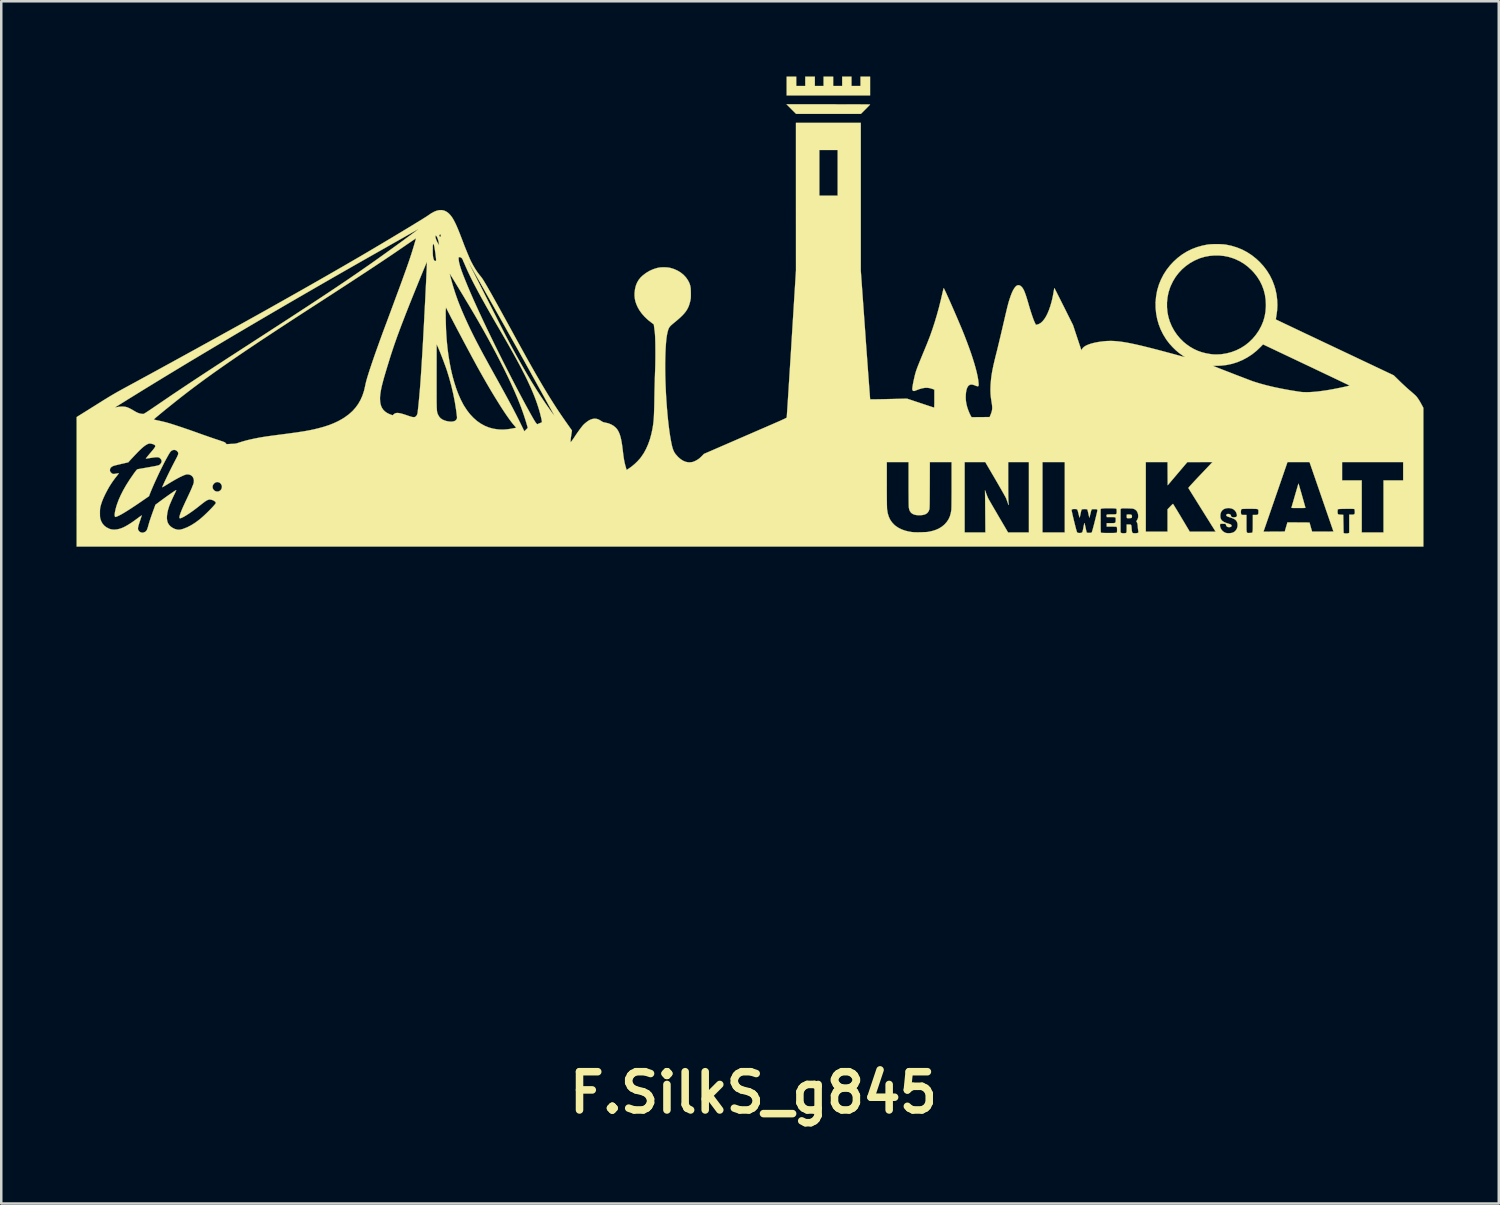
<source format=kicad_pcb>
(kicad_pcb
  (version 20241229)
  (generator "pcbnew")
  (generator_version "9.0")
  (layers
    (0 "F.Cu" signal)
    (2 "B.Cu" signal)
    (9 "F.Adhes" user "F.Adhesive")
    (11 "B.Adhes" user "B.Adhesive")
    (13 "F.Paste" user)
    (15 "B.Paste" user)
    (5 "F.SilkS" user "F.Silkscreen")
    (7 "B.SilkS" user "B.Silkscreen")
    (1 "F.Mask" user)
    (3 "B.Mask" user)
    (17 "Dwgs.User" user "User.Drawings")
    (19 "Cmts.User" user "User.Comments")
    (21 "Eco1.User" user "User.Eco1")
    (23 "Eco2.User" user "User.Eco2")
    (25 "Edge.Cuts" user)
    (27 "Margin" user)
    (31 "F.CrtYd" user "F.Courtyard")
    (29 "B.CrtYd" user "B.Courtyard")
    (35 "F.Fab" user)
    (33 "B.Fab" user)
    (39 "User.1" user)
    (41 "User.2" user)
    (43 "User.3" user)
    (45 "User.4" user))
  (footprint "F.SilkS_g845"
    (layer "F.Cu")
    (at 26.971 40.486)
    (property "Reference" "F.SilkS_g845" (at 0 0 0) (layer "F.SilkS") (effects (font (size 1.524 1.524) (thickness 0.3))))
    (attr through_hole)
    (fp_poly (pts (xy 15.009 -23.036) (xy 15.046 -23.029) (xy 15.068 -23.014) (xy 15.079 -22.99) (xy 15.081 -22.962) (xy 15.078 -22.931) (xy 15.071 -22.909) (xy 15.068 -22.905) (xy 15.049 -22.898) (xy 15.017 -22.892) (xy 14.978 -22.889) (xy 14.938 -22.889) (xy 14.905 -22.89) (xy 14.883 -22.895) (xy 14.88 -22.898) (xy 14.874 -22.915) (xy 14.871 -22.946) (xy 14.872 -22.973) (xy 14.875 -23.035) (xy 14.954 -23.037) (xy 15.009 -23.036)) (stroke (width 0.01) (type solid)) (fill yes) (layer "F.SilkS"))
    (fp_poly (pts (xy 1.704 -40.111) (xy 2.064 -40.111) (xy 2.064 -40.481) (xy 2.445 -40.481) (xy 2.445 -40.111) (xy 2.794 -40.111) (xy 2.794 -40.481) (xy 3.175 -40.481) (xy 3.175 -40.111) (xy 3.535 -40.111) (xy 3.535 -40.481) (xy 3.905 -40.481) (xy 3.905 -40.111) (xy 4.265 -40.111) (xy 4.265 -40.481) (xy 4.646 -40.481) (xy 4.646 -40.108) (xy 4.646 -39.735) (xy 1.323 -39.735) (xy 1.323 -40.108) (xy 1.323 -40.481) (xy 1.704 -40.481) (xy 1.704 -40.111)) (stroke (width 0.01) (type solid)) (fill yes) (layer "F.SilkS"))
    (fp_poly (pts (xy 3.168 -39.381) (xy 3.348 -39.38) (xy 3.521 -39.38) (xy 3.686 -39.38) (xy 3.842 -39.379) (xy 3.987 -39.379) (xy 4.121 -39.378) (xy 4.243 -39.378) (xy 4.35 -39.377) (xy 4.443 -39.376) (xy 4.52 -39.376) (xy 4.579 -39.375) (xy 4.621 -39.374) (xy 4.643 -39.373) (xy 4.646 -39.373) (xy 4.639 -39.363) (xy 4.619 -39.341) (xy 4.588 -39.308) (xy 4.547 -39.267) (xy 4.501 -39.219) (xy 4.463 -39.182) (xy 4.281 -39) (xy 1.698 -39) (xy 1.508 -39.19) (xy 1.318 -39.381) (xy 2.982 -39.381) (xy 3.168 -39.381)) (stroke (width 0.01) (type solid)) (fill yes) (layer "F.SilkS"))
    (fp_poly (pts (xy 21.72 -24.258) (xy 21.729 -24.23) (xy 21.742 -24.187) (xy 21.759 -24.13) (xy 21.778 -24.063) (xy 21.8 -23.988) (xy 21.824 -23.906) (xy 21.848 -23.822) (xy 21.872 -23.736) (xy 21.896 -23.651) (xy 21.919 -23.571) (xy 21.94 -23.496) (xy 21.958 -23.43) (xy 21.974 -23.376) (xy 21.985 -23.334) (xy 21.991 -23.309) (xy 21.992 -23.302) (xy 21.982 -23.3) (xy 21.954 -23.298) (xy 21.909 -23.296) (xy 21.852 -23.295) (xy 21.785 -23.294) (xy 21.711 -23.294) (xy 21.623 -23.294) (xy 21.554 -23.295) (xy 21.503 -23.296) (xy 21.468 -23.298) (xy 21.446 -23.3) (xy 21.435 -23.304) (xy 21.434 -23.307) (xy 21.438 -23.32) (xy 21.447 -23.351) (xy 21.461 -23.398) (xy 21.478 -23.459) (xy 21.5 -23.532) (xy 21.524 -23.615) (xy 21.55 -23.707) (xy 21.575 -23.794) (xy 21.603 -23.89) (xy 21.629 -23.979) (xy 21.653 -24.06) (xy 21.674 -24.131) (xy 21.691 -24.189) (xy 21.704 -24.232) (xy 21.713 -24.259) (xy 21.717 -24.268) (xy 21.72 -24.258)) (stroke (width 0.01) (type solid)) (fill yes) (layer "F.SilkS"))
    (fp_poly (pts (xy 4.276 -35.7) (xy 4.276 -32.761) (xy 4.46 -30.197) (xy 4.476 -29.965) (xy 4.492 -29.74) (xy 4.508 -29.52) (xy 4.524 -29.309) (xy 4.538 -29.105) (xy 4.553 -28.911) (xy 4.566 -28.726) (xy 4.579 -28.553) (xy 4.591 -28.392) (xy 4.602 -28.243) (xy 4.612 -28.108) (xy 4.621 -27.988) (xy 4.629 -27.884) (xy 4.636 -27.795) (xy 4.641 -27.725) (xy 4.645 -27.672) (xy 4.648 -27.639) (xy 4.65 -27.626) (xy 4.65 -27.626) (xy 4.661 -27.625) (xy 4.692 -27.624) (xy 4.741 -27.624) (xy 4.806 -27.625) (xy 4.884 -27.626) (xy 4.976 -27.627) (xy 5.078 -27.629) (xy 5.189 -27.631) (xy 5.308 -27.634) (xy 5.387 -27.636) (xy 6.117 -27.653) (xy 6.654 -27.474) (xy 6.756 -27.44) (xy 6.852 -27.408) (xy 6.94 -27.379) (xy 7.018 -27.353) (xy 7.085 -27.331) (xy 7.138 -27.314) (xy 7.176 -27.302) (xy 7.196 -27.295) (xy 7.199 -27.294) (xy 7.201 -27.305) (xy 7.203 -27.334) (xy 7.204 -27.379) (xy 7.206 -27.438) (xy 7.207 -27.508) (xy 7.207 -27.588) (xy 7.207 -27.653) (xy 7.207 -28.011) (xy 7.136 -28.038) (xy 7.033 -28.07) (xy 6.932 -28.085) (xy 6.829 -28.083) (xy 6.72 -28.064) (xy 6.619 -28.035) (xy 6.569 -28.017) (xy 6.523 -28) (xy 6.488 -27.987) (xy 6.467 -27.978) (xy 6.417 -27.959) (xy 6.377 -27.958) (xy 6.349 -27.973) (xy 6.332 -28.005) (xy 6.329 -28.038) (xy 6.332 -28.083) (xy 6.34 -28.145) (xy 6.353 -28.223) (xy 6.37 -28.312) (xy 6.391 -28.411) (xy 6.415 -28.517) (xy 6.418 -28.533) (xy 6.43 -28.582) (xy 6.442 -28.628) (xy 6.455 -28.674) (xy 6.469 -28.721) (xy 6.485 -28.771) (xy 6.504 -28.826) (xy 6.527 -28.887) (xy 6.553 -28.956) (xy 6.585 -29.035) (xy 6.621 -29.126) (xy 6.664 -29.23) (xy 6.713 -29.35) (xy 6.769 -29.486) (xy 6.798 -29.554) (xy 6.837 -29.649) (xy 6.877 -29.747) (xy 6.917 -29.845) (xy 6.954 -29.938) (xy 6.987 -30.023) (xy 7.015 -30.095) (xy 7.033 -30.141) (xy 7.127 -30.407) (xy 7.219 -30.688) (xy 7.306 -30.979) (xy 7.388 -31.274) (xy 7.462 -31.569) (xy 7.51 -31.774) (xy 7.526 -31.848) (xy 7.542 -31.914) (xy 7.556 -31.971) (xy 7.567 -32.015) (xy 7.576 -32.043) (xy 7.58 -32.054) (xy 7.581 -32.054) (xy 7.589 -32.043) (xy 7.604 -32.015) (xy 7.626 -31.969) (xy 7.655 -31.909) (xy 7.689 -31.836) (xy 7.727 -31.751) (xy 7.77 -31.656) (xy 7.817 -31.552) (xy 7.866 -31.441) (xy 7.917 -31.324) (xy 7.97 -31.204) (xy 8.023 -31.081) (xy 8.077 -30.957) (xy 8.13 -30.834) (xy 8.181 -30.713) (xy 8.231 -30.596) (xy 8.278 -30.484) (xy 8.322 -30.379) (xy 8.361 -30.282) (xy 8.396 -30.195) (xy 8.413 -30.152) (xy 8.506 -29.91) (xy 8.592 -29.678) (xy 8.67 -29.457) (xy 8.739 -29.248) (xy 8.8 -29.052) (xy 8.852 -28.869) (xy 8.895 -28.701) (xy 8.929 -28.548) (xy 8.953 -28.412) (xy 8.967 -28.293) (xy 8.969 -28.267) (xy 8.972 -28.213) (xy 8.969 -28.176) (xy 8.96 -28.153) (xy 8.941 -28.145) (xy 8.91 -28.149) (xy 8.864 -28.164) (xy 8.812 -28.185) (xy 8.738 -28.209) (xy 8.674 -28.215) (xy 8.62 -28.203) (xy 8.575 -28.173) (xy 8.548 -28.143) (xy 8.513 -28.08) (xy 8.487 -28) (xy 8.469 -27.903) (xy 8.459 -27.788) (xy 8.458 -27.682) (xy 8.463 -27.583) (xy 8.477 -27.484) (xy 8.5 -27.376) (xy 8.509 -27.343) (xy 8.527 -27.283) (xy 8.551 -27.213) (xy 8.579 -27.139) (xy 8.609 -27.068) (xy 8.639 -27.005) (xy 8.665 -26.955) (xy 8.669 -26.948) (xy 8.691 -26.913) (xy 9.051 -26.916) (xy 9.411 -26.919) (xy 9.457 -27.035) (xy 9.482 -27.102) (xy 9.499 -27.163) (xy 9.51 -27.223) (xy 9.513 -27.286) (xy 9.51 -27.357) (xy 9.5 -27.439) (xy 9.484 -27.537) (xy 9.484 -27.538) (xy 9.461 -27.694) (xy 9.447 -27.845) (xy 9.442 -27.998) (xy 9.446 -28.161) (xy 9.45 -28.226) (xy 9.459 -28.337) (xy 9.469 -28.446) (xy 9.483 -28.555) (xy 9.5 -28.667) (xy 9.521 -28.785) (xy 9.547 -28.911) (xy 9.558 -28.959) (xy 18.313 -28.959) (xy 18.324 -28.954) (xy 18.354 -28.941) (xy 18.399 -28.923) (xy 18.459 -28.899) (xy 18.531 -28.87) (xy 18.615 -28.837) (xy 18.707 -28.801) (xy 18.806 -28.762) (xy 18.911 -28.722) (xy 19.019 -28.68) (xy 19.129 -28.637) (xy 19.239 -28.594) (xy 19.347 -28.553) (xy 19.452 -28.513) (xy 19.551 -28.475) (xy 19.642 -28.44) (xy 19.725 -28.408) (xy 19.797 -28.381) (xy 19.856 -28.359) (xy 19.901 -28.343) (xy 19.928 -28.333) (xy 20.181 -28.255) (xy 20.453 -28.181) (xy 20.743 -28.112) (xy 21.048 -28.049) (xy 21.366 -27.99) (xy 21.474 -27.972) (xy 21.571 -27.957) (xy 21.65 -27.944) (xy 21.715 -27.934) (xy 21.767 -27.926) (xy 21.811 -27.92) (xy 21.849 -27.916) (xy 21.885 -27.914) (xy 21.92 -27.912) (xy 21.959 -27.911) (xy 22.004 -27.911) (xy 22.045 -27.91) (xy 22.17 -27.913) (xy 22.315 -27.922) (xy 22.453 -27.934) (xy 22.543 -27.945) (xy 22.645 -27.958) (xy 22.751 -27.973) (xy 22.853 -27.988) (xy 22.939 -28.002) (xy 23.02 -28.017) (xy 23.107 -28.033) (xy 23.196 -28.05) (xy 23.286 -28.068) (xy 23.375 -28.086) (xy 23.459 -28.104) (xy 23.537 -28.121) (xy 23.606 -28.136) (xy 23.665 -28.15) (xy 23.71 -28.161) (xy 23.739 -28.17) (xy 23.751 -28.175) (xy 23.751 -28.175) (xy 23.74 -28.181) (xy 23.712 -28.195) (xy 23.666 -28.217) (xy 23.605 -28.246) (xy 23.527 -28.283) (xy 23.436 -28.327) (xy 23.331 -28.377) (xy 23.214 -28.433) (xy 23.085 -28.494) (xy 22.946 -28.561) (xy 22.797 -28.631) (xy 22.64 -28.706) (xy 22.475 -28.784) (xy 22.304 -28.866) (xy 22.127 -28.95) (xy 22.023 -28.999) (xy 20.304 -29.814) (xy 20.209 -29.716) (xy 20.043 -29.558) (xy 19.866 -29.417) (xy 19.679 -29.295) (xy 19.484 -29.191) (xy 19.281 -29.106) (xy 19.071 -29.04) (xy 18.855 -28.994) (xy 18.635 -28.969) (xy 18.498 -28.963) (xy 18.438 -28.963) (xy 18.386 -28.962) (xy 18.346 -28.961) (xy 18.32 -28.96) (xy 18.313 -28.959) (xy 9.558 -28.959) (xy 9.577 -29.048) (xy 9.613 -29.2) (xy 9.654 -29.368) (xy 9.668 -29.422) (xy 9.69 -29.509) (xy 9.716 -29.613) (xy 9.744 -29.731) (xy 9.775 -29.858) (xy 9.807 -29.992) (xy 9.84 -30.129) (xy 9.872 -30.264) (xy 9.903 -30.396) (xy 9.916 -30.454) (xy 9.954 -30.617) (xy 9.988 -30.761) (xy 10.017 -30.888) (xy 10.043 -30.999) (xy 10.066 -31.095) (xy 10.086 -31.178) (xy 10.103 -31.25) (xy 10.118 -31.311) (xy 10.132 -31.365) (xy 10.144 -31.411) (xy 10.155 -31.452) (xy 10.165 -31.489) (xy 10.175 -31.523) (xy 10.185 -31.557) (xy 10.196 -31.591) (xy 10.245 -31.737) (xy 10.293 -31.862) (xy 10.341 -31.965) (xy 10.389 -32.048) (xy 10.437 -32.11) (xy 10.485 -32.152) (xy 10.533 -32.172) (xy 10.582 -32.173) (xy 10.631 -32.153) (xy 10.68 -32.113) (xy 10.692 -32.1) (xy 10.717 -32.071) (xy 10.74 -32.036) (xy 10.763 -31.995) (xy 10.787 -31.946) (xy 10.811 -31.887) (xy 10.837 -31.816) (xy 10.866 -31.732) (xy 10.897 -31.633) (xy 10.932 -31.517) (xy 10.971 -31.383) (xy 10.984 -31.337) (xy 11.016 -31.229) (xy 11.05 -31.121) (xy 11.084 -31.017) (xy 11.117 -30.92) (xy 11.148 -30.832) (xy 11.177 -30.758) (xy 11.202 -30.7) (xy 11.21 -30.683) (xy 11.253 -30.595) (xy 11.297 -30.602) (xy 11.372 -30.626) (xy 11.446 -30.669) (xy 11.517 -30.733) (xy 11.585 -30.816) (xy 11.651 -30.918) (xy 11.713 -31.038) (xy 11.771 -31.176) (xy 11.825 -31.331) (xy 11.875 -31.502) (xy 11.88 -31.522) (xy 11.899 -31.6) (xy 11.918 -31.687) (xy 11.936 -31.776) (xy 11.951 -31.857) (xy 11.955 -31.88) (xy 11.965 -31.938) (xy 11.974 -31.988) (xy 11.982 -32.027) (xy 11.987 -32.051) (xy 11.99 -32.057) (xy 11.996 -32.048) (xy 12.01 -32.021) (xy 12.032 -31.978) (xy 12.062 -31.921) (xy 12.098 -31.85) (xy 12.139 -31.767) (xy 12.186 -31.675) (xy 12.237 -31.573) (xy 12.292 -31.464) (xy 12.35 -31.349) (xy 12.365 -31.319) (xy 12.733 -30.581) (xy 12.9 -30.078) (xy 13.067 -29.575) (xy 13.084 -29.613) (xy 13.118 -29.667) (xy 13.172 -29.718) (xy 13.246 -29.764) (xy 13.34 -29.807) (xy 13.453 -29.845) (xy 13.583 -29.879) (xy 13.732 -29.908) (xy 13.885 -29.93) (xy 13.984 -29.941) (xy 14.084 -29.948) (xy 14.185 -29.951) (xy 14.29 -29.951) (xy 14.399 -29.946) (xy 14.514 -29.936) (xy 14.636 -29.922) (xy 14.767 -29.903) (xy 14.908 -29.879) (xy 15.06 -29.849) (xy 15.226 -29.814) (xy 15.405 -29.773) (xy 15.6 -29.726) (xy 15.811 -29.673) (xy 16.041 -29.614) (xy 16.124 -29.593) (xy 16.235 -29.563) (xy 16.351 -29.533) (xy 16.467 -29.501) (xy 16.581 -29.471) (xy 16.688 -29.442) (xy 16.783 -29.417) (xy 16.864 -29.394) (xy 16.896 -29.386) (xy 16.97 -29.365) (xy 17.037 -29.347) (xy 17.095 -29.332) (xy 17.141 -29.32) (xy 17.171 -29.312) (xy 17.184 -29.31) (xy 17.185 -29.31) (xy 17.178 -29.316) (xy 17.156 -29.332) (xy 17.124 -29.354) (xy 17.084 -29.38) (xy 16.953 -29.475) (xy 16.822 -29.586) (xy 16.695 -29.711) (xy 16.575 -29.844) (xy 16.468 -29.983) (xy 16.439 -30.024) (xy 16.323 -30.213) (xy 16.225 -30.411) (xy 16.146 -30.617) (xy 16.086 -30.829) (xy 16.045 -31.046) (xy 16.024 -31.266) (xy 16.024 -31.289) (xy 16.477 -31.289) (xy 16.496 -31.09) (xy 16.532 -30.909) (xy 16.589 -30.722) (xy 16.665 -30.541) (xy 16.759 -30.368) (xy 16.87 -30.204) (xy 16.996 -30.052) (xy 17.135 -29.914) (xy 17.251 -29.819) (xy 17.398 -29.716) (xy 17.547 -29.63) (xy 17.701 -29.559) (xy 17.862 -29.502) (xy 18.035 -29.458) (xy 18.222 -29.426) (xy 18.283 -29.418) (xy 18.328 -29.415) (xy 18.389 -29.413) (xy 18.458 -29.413) (xy 18.528 -29.415) (xy 18.594 -29.418) (xy 18.646 -29.422) (xy 18.85 -29.455) (xy 19.047 -29.507) (xy 19.236 -29.578) (xy 19.415 -29.667) (xy 19.584 -29.773) (xy 19.741 -29.897) (xy 19.885 -30.036) (xy 20.016 -30.191) (xy 20.133 -30.361) (xy 20.147 -30.385) (xy 20.24 -30.559) (xy 20.313 -30.736) (xy 20.366 -30.919) (xy 20.401 -31.109) (xy 20.416 -31.309) (xy 20.418 -31.385) (xy 20.408 -31.593) (xy 20.379 -31.793) (xy 20.329 -31.987) (xy 20.26 -32.172) (xy 20.172 -32.349) (xy 20.064 -32.518) (xy 19.937 -32.678) (xy 19.844 -32.777) (xy 19.698 -32.911) (xy 19.546 -33.026) (xy 19.384 -33.124) (xy 19.21 -33.207) (xy 19.119 -33.243) (xy 18.939 -33.299) (xy 18.752 -33.337) (xy 18.56 -33.356) (xy 18.366 -33.358) (xy 18.174 -33.341) (xy 17.986 -33.307) (xy 17.806 -33.254) (xy 17.762 -33.238) (xy 17.572 -33.155) (xy 17.394 -33.054) (xy 17.229 -32.938) (xy 17.077 -32.806) (xy 16.94 -32.66) (xy 16.818 -32.5) (xy 16.713 -32.327) (xy 16.625 -32.143) (xy 16.595 -32.068) (xy 16.536 -31.88) (xy 16.497 -31.686) (xy 16.477 -31.488) (xy 16.477 -31.289) (xy 16.024 -31.289) (xy 16.022 -31.488) (xy 16.041 -31.71) (xy 16.079 -31.931) (xy 16.093 -31.988) (xy 16.156 -32.198) (xy 16.239 -32.401) (xy 16.34 -32.597) (xy 16.46 -32.784) (xy 16.598 -32.96) (xy 16.732 -33.105) (xy 16.9 -33.259) (xy 17.077 -33.394) (xy 17.265 -33.511) (xy 17.463 -33.609) (xy 17.672 -33.689) (xy 17.892 -33.751) (xy 18.082 -33.789) (xy 18.15 -33.798) (xy 18.234 -33.804) (xy 18.33 -33.808) (xy 18.431 -33.809) (xy 18.534 -33.809) (xy 18.632 -33.805) (xy 18.722 -33.8) (xy 18.798 -33.792) (xy 18.822 -33.789) (xy 19.049 -33.741) (xy 19.266 -33.675) (xy 19.473 -33.591) (xy 19.67 -33.487) (xy 19.857 -33.365) (xy 20.034 -33.224) (xy 20.167 -33.1) (xy 20.321 -32.932) (xy 20.456 -32.754) (xy 20.573 -32.566) (xy 20.671 -32.368) (xy 20.752 -32.158) (xy 20.796 -32.009) (xy 20.84 -31.807) (xy 20.866 -31.596) (xy 20.875 -31.383) (xy 20.865 -31.171) (xy 20.837 -30.964) (xy 20.834 -30.943) (xy 20.825 -30.893) (xy 20.818 -30.851) (xy 20.815 -30.821) (xy 20.815 -30.807) (xy 20.816 -30.807) (xy 20.826 -30.802) (xy 20.854 -30.788) (xy 20.9 -30.766) (xy 20.962 -30.736) (xy 21.041 -30.699) (xy 21.134 -30.654) (xy 21.242 -30.603) (xy 21.363 -30.546) (xy 21.497 -30.482) (xy 21.642 -30.413) (xy 21.798 -30.339) (xy 21.964 -30.26) (xy 22.14 -30.177) (xy 22.324 -30.09) (xy 22.516 -29.999) (xy 22.714 -29.905) (xy 22.919 -29.808) (xy 23.128 -29.709) (xy 23.167 -29.691) (xy 25.511 -28.581) (xy 25.744 -28.353) (xy 25.814 -28.285) (xy 25.891 -28.213) (xy 25.97 -28.14) (xy 26.046 -28.07) (xy 26.116 -28.008) (xy 26.169 -27.964) (xy 26.227 -27.914) (xy 26.283 -27.865) (xy 26.333 -27.82) (xy 26.375 -27.781) (xy 26.405 -27.751) (xy 26.414 -27.741) (xy 26.461 -27.681) (xy 26.513 -27.604) (xy 26.57 -27.51) (xy 26.631 -27.399) (xy 26.691 -27.286) (xy 26.691 -21.759) (xy -26.966 -21.759) (xy -26.966 -23.103) (xy -26.039 -23.103) (xy -26.039 -23.029) (xy -26.037 -22.971) (xy -26.034 -22.926) (xy -26.028 -22.889) (xy -26.022 -22.862) (xy -25.983 -22.756) (xy -25.93 -22.665) (xy -25.862 -22.588) (xy -25.778 -22.524) (xy -25.676 -22.472) (xy -25.646 -22.46) (xy -25.558 -22.438) (xy -25.46 -22.433) (xy -25.354 -22.443) (xy -25.242 -22.47) (xy -25.126 -22.513) (xy -25.107 -22.522) (xy -25.031 -22.56) (xy -24.942 -22.61) (xy -24.845 -22.67) (xy -24.741 -22.739) (xy -24.635 -22.814) (xy -24.573 -22.86) (xy -24.517 -22.901) (xy -24.468 -22.937) (xy -24.427 -22.966) (xy -24.396 -22.987) (xy -24.379 -22.998) (xy -24.376 -22.998) (xy -24.378 -22.986) (xy -24.387 -22.958) (xy -24.4 -22.915) (xy -24.418 -22.861) (xy -24.438 -22.799) (xy -24.448 -22.769) (xy -24.477 -22.681) (xy -24.499 -22.61) (xy -24.514 -22.553) (xy -24.522 -22.507) (xy -24.524 -22.471) (xy -24.52 -22.441) (xy -24.511 -22.415) (xy -24.508 -22.41) (xy -24.473 -22.362) (xy -24.426 -22.33) (xy -24.371 -22.313) (xy -24.314 -22.314) (xy -24.257 -22.334) (xy -24.236 -22.346) (xy -24.211 -22.366) (xy -24.19 -22.388) (xy -24.172 -22.416) (xy -24.155 -22.452) (xy -24.138 -22.501) (xy -24.118 -22.566) (xy -24.11 -22.598) (xy -24.088 -22.675) (xy -24.065 -22.752) (xy -24.039 -22.833) (xy -24.009 -22.922) (xy -23.974 -23.021) (xy -23.934 -23.135) (xy -23.901 -23.224) (xy -23.828 -23.425) (xy -23.627 -23.574) (xy -23.525 -23.649) (xy -23.418 -23.727) (xy -23.311 -23.803) (xy -23.208 -23.875) (xy -23.114 -23.94) (xy -23.061 -23.975) (xy -23.031 -23.993) (xy -23.009 -24.004) (xy -23 -24.004) (xy -23.003 -23.991) (xy -23.014 -23.964) (xy -23.031 -23.926) (xy -23.05 -23.888) (xy -23.087 -23.812) (xy -23.126 -23.729) (xy -23.165 -23.644) (xy -23.202 -23.56) (xy -23.236 -23.483) (xy -23.263 -23.415) (xy -23.282 -23.365) (xy -23.325 -23.227) (xy -23.354 -23.098) (xy -23.369 -22.979) (xy -23.371 -22.872) (xy -23.358 -22.777) (xy -23.331 -22.697) (xy -23.33 -22.696) (xy -23.285 -22.624) (xy -23.223 -22.559) (xy -23.147 -22.505) (xy -23.062 -22.463) (xy -22.991 -22.441) (xy -22.935 -22.431) (xy -22.882 -22.429) (xy -22.825 -22.436) (xy -22.76 -22.453) (xy -22.711 -22.468) (xy -22.555 -22.53) (xy -22.396 -22.613) (xy -22.235 -22.715) (xy -22.073 -22.836) (xy -22.052 -22.853) (xy -21.995 -22.902) (xy -21.932 -22.957) (xy -21.866 -23.018) (xy -21.799 -23.082) (xy -21.732 -23.147) (xy -21.667 -23.212) (xy -21.606 -23.275) (xy -21.551 -23.333) (xy -21.503 -23.386) (xy -21.464 -23.431) (xy -21.437 -23.466) (xy -21.422 -23.49) (xy -21.421 -23.496) (xy -21.43 -23.526) (xy -21.457 -23.556) (xy -21.496 -23.584) (xy -21.544 -23.607) (xy -21.597 -23.624) (xy -21.649 -23.632) (xy -21.66 -23.633) (xy -21.69 -23.631) (xy -21.72 -23.624) (xy -21.752 -23.612) (xy -21.789 -23.593) (xy -21.833 -23.566) (xy -21.885 -23.529) (xy -21.948 -23.481) (xy -22.023 -23.422) (xy -22.076 -23.38) (xy -22.172 -23.304) (xy -22.268 -23.232) (xy -22.362 -23.163) (xy -22.453 -23.1) (xy -22.539 -23.042) (xy -22.619 -22.992) (xy -22.69 -22.95) (xy -22.751 -22.918) (xy -22.801 -22.896) (xy -22.837 -22.885) (xy -22.856 -22.886) (xy -22.869 -22.899) (xy -22.872 -22.927) (xy -22.865 -22.97) (xy -22.85 -23.028) (xy -22.824 -23.102) (xy -22.789 -23.192) (xy -22.744 -23.298) (xy -22.688 -23.422) (xy -22.623 -23.564) (xy -22.577 -23.659) (xy -22.514 -23.794) (xy -22.457 -23.916) (xy -22.409 -24.024) (xy -22.368 -24.118) (xy -22.363 -24.133) (xy -21.553 -24.133) (xy -21.544 -24.081) (xy -21.521 -24.035) (xy -21.486 -23.995) (xy -21.442 -23.967) (xy -21.391 -23.951) (xy -21.335 -23.951) (xy -21.297 -23.961) (xy -21.247 -23.991) (xy -21.209 -24.034) (xy -21.186 -24.086) (xy -21.178 -24.143) (xy -21.188 -24.201) (xy -21.197 -24.223) (xy -21.234 -24.275) (xy -21.28 -24.31) (xy -21.332 -24.327) (xy -21.386 -24.328) (xy -21.44 -24.31) (xy -21.489 -24.275) (xy -21.52 -24.238) (xy -21.546 -24.186) (xy -21.553 -24.133) (xy -22.363 -24.133) (xy -22.337 -24.197) (xy -22.314 -24.259) (xy -22.301 -24.303) (xy -22.299 -24.314) (xy -22.295 -24.394) (xy -22.308 -24.466) (xy -22.338 -24.528) (xy -22.381 -24.577) (xy -22.437 -24.613) (xy -22.504 -24.633) (xy -22.572 -24.636) (xy -22.617 -24.627) (xy -22.677 -24.606) (xy -22.753 -24.574) (xy -22.843 -24.531) (xy -22.946 -24.477) (xy -23.062 -24.413) (xy -23.188 -24.339) (xy -23.325 -24.256) (xy -23.371 -24.228) (xy -23.426 -24.194) (xy -23.474 -24.165) (xy -23.514 -24.143) (xy -23.541 -24.128) (xy -23.554 -24.122) (xy -23.554 -24.122) (xy -23.552 -24.134) (xy -23.542 -24.163) (xy -23.523 -24.207) (xy -23.497 -24.264) (xy -23.466 -24.333) (xy -23.429 -24.411) (xy -23.388 -24.496) (xy -23.344 -24.588) (xy -23.297 -24.684) (xy -23.249 -24.781) (xy -23.2 -24.879) (xy -23.151 -24.976) (xy -23.103 -25.068) (xy -23.058 -25.156) (xy -23.016 -25.235) (xy -22.977 -25.31) (xy -22.948 -25.369) (xy -22.929 -25.416) (xy -22.92 -25.453) (xy -22.919 -25.483) (xy -22.925 -25.509) (xy -22.939 -25.532) (xy -22.941 -25.535) (xy -22.986 -25.58) (xy -23.037 -25.606) (xy -23.093 -25.611) (xy -23.15 -25.597) (xy -23.18 -25.581) (xy -23.198 -25.568) (xy -23.215 -25.552) (xy -23.234 -25.53) (xy -23.255 -25.501) (xy -23.279 -25.463) (xy -23.309 -25.413) (xy -23.344 -25.35) (xy -23.387 -25.272) (xy -23.431 -25.191) (xy -23.485 -25.089) (xy -23.543 -24.974) (xy -23.605 -24.849) (xy -23.669 -24.717) (xy -23.733 -24.581) (xy -23.796 -24.444) (xy -23.858 -24.31) (xy -23.915 -24.181) (xy -23.967 -24.061) (xy -24.012 -23.952) (xy -24.05 -23.858) (xy -24.059 -23.834) (xy -24.084 -23.766) (xy -24.258 -23.646) (xy -24.435 -23.524) (xy -24.596 -23.415) (xy -24.742 -23.318) (xy -24.873 -23.233) (xy -24.989 -23.16) (xy -25.092 -23.097) (xy -25.182 -23.045) (xy -25.26 -23.004) (xy -25.326 -22.972) (xy -25.381 -22.949) (xy -25.384 -22.948) (xy -25.411 -22.94) (xy -25.427 -22.94) (xy -25.437 -22.949) (xy -25.44 -22.952) (xy -25.45 -22.981) (xy -25.452 -23.027) (xy -25.447 -23.089) (xy -25.434 -23.165) (xy -25.414 -23.252) (xy -25.388 -23.349) (xy -25.363 -23.43) (xy -25.297 -23.611) (xy -25.213 -23.801) (xy -25.113 -23.998) (xy -24.996 -24.203) (xy -24.863 -24.414) (xy -24.716 -24.628) (xy -24.674 -24.687) (xy -24.633 -24.742) (xy -24.602 -24.782) (xy -24.579 -24.81) (xy -24.561 -24.827) (xy -24.546 -24.837) (xy -24.532 -24.842) (xy -24.53 -24.842) (xy -24.509 -24.846) (xy -24.471 -24.852) (xy -24.42 -24.861) (xy -24.359 -24.872) (xy -24.292 -24.884) (xy -24.278 -24.886) (xy -24.153 -24.908) (xy -24.046 -24.927) (xy -23.958 -24.943) (xy -23.884 -24.957) (xy -23.825 -24.968) (xy -23.778 -24.978) (xy -23.741 -24.987) (xy -23.713 -24.995) (xy -23.691 -25.002) (xy -23.675 -25.01) (xy -23.663 -25.018) (xy -23.652 -25.027) (xy -23.641 -25.037) (xy -23.64 -25.038) (xy -23.6 -25.087) (xy -23.582 -25.137) (xy -23.583 -25.188) (xy -23.606 -25.236) (xy -23.643 -25.277) (xy -23.665 -25.293) (xy -23.686 -25.306) (xy -23.71 -25.314) (xy -23.739 -25.319) (xy -23.776 -25.32) (xy -23.823 -25.317) (xy -23.883 -25.31) (xy -23.958 -25.3) (xy -24.051 -25.285) (xy -24.07 -25.282) (xy -24.121 -25.275) (xy -24.164 -25.269) (xy -24.195 -25.265) (xy -24.21 -25.265) (xy -24.21 -25.265) (xy -24.205 -25.274) (xy -24.188 -25.297) (xy -24.16 -25.332) (xy -24.123 -25.377) (xy -24.08 -25.429) (xy -24.031 -25.487) (xy -24.024 -25.495) (xy -23.965 -25.565) (xy -23.919 -25.621) (xy -23.884 -25.665) (xy -23.86 -25.699) (xy -23.844 -25.726) (xy -23.836 -25.746) (xy -23.834 -25.763) (xy -23.838 -25.779) (xy -23.844 -25.791) (xy -23.863 -25.809) (xy -23.897 -25.828) (xy -23.941 -25.844) (xy -23.99 -25.857) (xy -24.022 -25.862) (xy -24.061 -25.864) (xy -24.093 -25.86) (xy -24.127 -25.847) (xy -24.143 -25.84) (xy -24.195 -25.812) (xy -24.249 -25.777) (xy -24.307 -25.732) (xy -24.373 -25.675) (xy -24.448 -25.604) (xy -24.46 -25.593) (xy -24.489 -25.564) (xy -24.528 -25.525) (xy -24.572 -25.478) (xy -24.622 -25.427) (xy -24.673 -25.373) (xy -24.724 -25.318) (xy -24.774 -25.266) (xy -24.818 -25.218) (xy -24.856 -25.177) (xy -24.885 -25.144) (xy -24.903 -25.124) (xy -24.907 -25.117) (xy -24.917 -25.115) (xy -24.946 -25.108) (xy -24.989 -25.098) (xy -25.044 -25.085) (xy -25.109 -25.07) (xy -25.167 -25.057) (xy -25.243 -25.039) (xy -25.315 -25.022) (xy -25.381 -25.006) (xy -25.436 -24.992) (xy -25.477 -24.981) (xy -25.493 -24.976) (xy -25.558 -24.946) (xy -25.605 -24.907) (xy -25.634 -24.86) (xy -25.642 -24.804) (xy -25.639 -24.771) (xy -25.625 -24.739) (xy -25.598 -24.705) (xy -25.564 -24.675) (xy -25.53 -24.655) (xy -25.522 -24.653) (xy -25.5 -24.652) (xy -25.463 -24.654) (xy -25.418 -24.66) (xy -25.394 -24.664) (xy -25.35 -24.672) (xy -25.315 -24.677) (xy -25.293 -24.679) (xy -25.289 -24.678) (xy -25.293 -24.669) (xy -25.309 -24.647) (xy -25.333 -24.614) (xy -25.363 -24.576) (xy -25.365 -24.574) (xy -25.454 -24.46) (xy -25.532 -24.353) (xy -25.603 -24.247) (xy -25.671 -24.138) (xy -25.737 -24.02) (xy -25.806 -23.89) (xy -25.829 -23.844) (xy -25.898 -23.698) (xy -25.954 -23.56) (xy -25.998 -23.427) (xy -26.011 -23.379) (xy -26.022 -23.337) (xy -26.03 -23.299) (xy -26.034 -23.26) (xy -26.037 -23.214) (xy -26.039 -23.157) (xy -26.039 -23.103) (xy -26.966 -23.103) (xy -26.966 -24.339) (xy -26.966 -26.821) (xy -23.893 -26.821) (xy -23.882 -26.817) (xy -23.853 -26.81) (xy -23.811 -26.801) (xy -23.759 -26.789) (xy -23.721 -26.781) (xy -23.648 -26.765) (xy -23.566 -26.747) (xy -23.486 -26.728) (xy -23.416 -26.71) (xy -23.405 -26.707) (xy -23.338 -26.689) (xy -23.253 -26.664) (xy -23.153 -26.632) (xy -23.039 -26.596) (xy -22.915 -26.555) (xy -22.782 -26.511) (xy -22.642 -26.463) (xy -22.498 -26.414) (xy -22.352 -26.363) (xy -22.206 -26.311) (xy -22.13 -26.284) (xy -22.023 -26.245) (xy -21.908 -26.204) (xy -21.788 -26.163) (xy -21.67 -26.121) (xy -21.558 -26.083) (xy -21.457 -26.048) (xy -21.383 -26.024) (xy -21.293 -25.994) (xy -21.221 -25.97) (xy -21.164 -25.95) (xy -21.121 -25.935) (xy -21.09 -25.922) (xy -21.067 -25.912) (xy -21.051 -25.902) (xy -21.04 -25.893) (xy -21.031 -25.882) (xy -21.025 -25.874) (xy -21.003 -25.848) (xy -20.984 -25.838) (xy -20.973 -25.839) (xy -20.954 -25.841) (xy -20.919 -25.843) (xy -20.872 -25.846) (xy -20.816 -25.849) (xy -20.789 -25.85) (xy -20.727 -25.852) (xy -20.68 -25.855) (xy -20.641 -25.86) (xy -20.604 -25.868) (xy -20.563 -25.879) (xy -20.512 -25.896) (xy -20.472 -25.909) (xy -20.34 -25.95) (xy -20.192 -25.991) (xy -20.032 -26.029) (xy -19.864 -26.065) (xy -19.722 -26.092) (xy -19.659 -26.104) (xy -19.601 -26.114) (xy -19.547 -26.123) (xy -19.495 -26.131) (xy -19.441 -26.14) (xy -19.384 -26.148) (xy -19.32 -26.157) (xy -19.249 -26.167) (xy -19.166 -26.178) (xy -19.07 -26.191) (xy -18.959 -26.206) (xy -18.829 -26.222) (xy -18.802 -26.226) (xy -18.616 -26.25) (xy -18.449 -26.273) (xy -18.3 -26.293) (xy -18.165 -26.312) (xy -18.043 -26.331) (xy -17.933 -26.348) (xy -17.831 -26.365) (xy -17.737 -26.383) (xy -17.648 -26.4) (xy -17.562 -26.418) (xy -17.477 -26.437) (xy -17.392 -26.458) (xy -17.341 -26.47) (xy -17.118 -26.531) (xy -16.912 -26.598) (xy -16.723 -26.673) (xy -16.547 -26.755) (xy -16.383 -26.846) (xy -16.281 -26.911) (xy -16.121 -27.028) (xy -15.979 -27.155) (xy -15.855 -27.293) (xy -15.747 -27.442) (xy -15.655 -27.603) (xy -15.637 -27.643) (xy -14.88 -27.643) (xy -14.873 -27.516) (xy -14.85 -27.403) (xy -14.812 -27.303) (xy -14.757 -27.217) (xy -14.686 -27.144) (xy -14.598 -27.082) (xy -14.492 -27.031) (xy -14.446 -27.014) (xy -14.376 -26.99) (xy -14.338 -27.025) (xy -14.306 -27.05) (xy -14.272 -27.068) (xy -14.233 -27.079) (xy -14.188 -27.083) (xy -14.134 -27.079) (xy -14.069 -27.067) (xy -13.992 -27.047) (xy -13.9 -27.019) (xy -13.792 -26.983) (xy -13.748 -26.967) (xy -13.671 -26.942) (xy -13.61 -26.925) (xy -13.562 -26.916) (xy -13.524 -26.915) (xy -13.492 -26.921) (xy -13.464 -26.935) (xy -13.433 -26.964) (xy -13.407 -27.007) (xy -13.388 -27.057) (xy -13.381 -27.092) (xy -13.367 -27.222) (xy -13.353 -27.346) (xy -13.341 -27.466) (xy -13.329 -27.585) (xy -13.318 -27.704) (xy -13.307 -27.824) (xy -13.296 -27.947) (xy -13.293 -27.987) (xy -12.625 -27.987) (xy -12.625 -27.844) (xy -12.625 -27.718) (xy -12.624 -27.607) (xy -12.624 -27.51) (xy -12.622 -27.426) (xy -12.621 -27.354) (xy -12.619 -27.293) (xy -12.616 -27.241) (xy -12.613 -27.197) (xy -12.61 -27.161) (xy -12.605 -27.13) (xy -12.601 -27.105) (xy -12.595 -27.083) (xy -12.589 -27.063) (xy -12.581 -27.045) (xy -12.573 -27.027) (xy -12.564 -27.008) (xy -12.56 -26.999) (xy -12.517 -26.927) (xy -12.461 -26.867) (xy -12.391 -26.819) (xy -12.304 -26.782) (xy -12.224 -26.758) (xy -12.128 -26.741) (xy -12.041 -26.735) (xy -11.966 -26.743) (xy -11.905 -26.762) (xy -11.892 -26.769) (xy -11.846 -26.805) (xy -11.819 -26.848) (xy -11.811 -26.895) (xy -11.812 -26.915) (xy -11.816 -26.953) (xy -11.822 -27.005) (xy -11.83 -27.069) (xy -11.839 -27.141) (xy -11.848 -27.209) (xy -11.897 -27.518) (xy -11.96 -27.837) (xy -12.036 -28.162) (xy -12.125 -28.487) (xy -12.207 -28.755) (xy -12.232 -28.828) (xy -12.262 -28.915) (xy -12.297 -29.01) (xy -12.335 -29.112) (xy -12.374 -29.217) (xy -12.414 -29.321) (xy -12.454 -29.422) (xy -12.491 -29.516) (xy -12.526 -29.601) (xy -12.556 -29.671) (xy -12.58 -29.726) (xy -12.582 -29.729) (xy -12.624 -29.819) (xy -12.625 -28.526) (xy -12.625 -28.327) (xy -12.625 -28.147) (xy -12.625 -27.987) (xy -13.293 -27.987) (xy -13.286 -28.076) (xy -13.275 -28.211) (xy -13.265 -28.355) (xy -13.254 -28.509) (xy -13.243 -28.675) (xy -13.231 -28.855) (xy -13.219 -29.05) (xy -13.206 -29.262) (xy -13.192 -29.493) (xy -13.187 -29.575) (xy -13.18 -29.689) (xy -13.173 -29.815) (xy -13.165 -29.952) (xy -13.157 -30.098) (xy -13.149 -30.252) (xy -13.14 -30.413) (xy -13.131 -30.579) (xy -13.122 -30.75) (xy -13.113 -30.924) (xy -13.107 -31.042) (xy -12.263 -31.042) (xy -12.263 -30.959) (xy -12.262 -30.866) (xy -12.26 -30.767) (xy -12.257 -30.664) (xy -12.254 -30.56) (xy -12.251 -30.459) (xy -12.247 -30.362) (xy -12.244 -30.3) (xy -12.223 -29.987) (xy -12.193 -29.68) (xy -12.155 -29.382) (xy -12.108 -29.092) (xy -12.053 -28.812) (xy -11.99 -28.545) (xy -11.919 -28.291) (xy -11.842 -28.051) (xy -11.757 -27.827) (xy -11.666 -27.62) (xy -11.569 -27.432) (xy -11.533 -27.369) (xy -11.416 -27.19) (xy -11.29 -27.028) (xy -11.156 -26.886) (xy -11.014 -26.761) (xy -10.863 -26.656) (xy -10.706 -26.57) (xy -10.542 -26.503) (xy -10.371 -26.456) (xy -10.195 -26.429) (xy -10.171 -26.427) (xy -10.102 -26.422) (xy -10.047 -26.419) (xy -10 -26.418) (xy -9.955 -26.419) (xy -9.905 -26.423) (xy -9.853 -26.427) (xy -9.792 -26.434) (xy -9.72 -26.444) (xy -9.647 -26.455) (xy -9.591 -26.466) (xy -9.451 -26.493) (xy -9.523 -26.574) (xy -9.59 -26.652) (xy -9.665 -26.749) (xy -9.748 -26.862) (xy -9.839 -26.992) (xy -9.937 -27.137) (xy -10.041 -27.296) (xy -10.15 -27.469) (xy -10.265 -27.654) (xy -10.385 -27.85) (xy -10.508 -28.056) (xy -10.634 -28.272) (xy -10.763 -28.497) (xy -10.894 -28.729) (xy -10.956 -28.84) (xy -11.01 -28.936) (xy -11.071 -29.049) (xy -11.14 -29.176) (xy -11.216 -29.315) (xy -11.295 -29.464) (xy -11.379 -29.619) (xy -11.464 -29.779) (xy -11.551 -29.942) (xy -11.637 -30.105) (xy -11.722 -30.265) (xy -11.805 -30.421) (xy -11.883 -30.57) (xy -11.956 -30.71) (xy -12.023 -30.838) (xy -12.082 -30.952) (xy -12.099 -30.986) (xy -12.252 -31.286) (xy -12.26 -31.204) (xy -12.262 -31.167) (xy -12.263 -31.112) (xy -12.263 -31.042) (xy -13.107 -31.042) (xy -13.104 -31.099) (xy -13.095 -31.275) (xy -13.086 -31.45) (xy -13.077 -31.622) (xy -13.069 -31.792) (xy -13.061 -31.956) (xy -13.053 -32.115) (xy -13.045 -32.266) (xy -13.038 -32.409) (xy -13.032 -32.542) (xy -13.028 -32.636) (xy -12.103 -32.636) (xy -12.102 -32.624) (xy -12.096 -32.596) (xy -12.085 -32.552) (xy -12.071 -32.498) (xy -12.054 -32.434) (xy -12.035 -32.365) (xy -12.015 -32.292) (xy -11.995 -32.22) (xy -11.975 -32.151) (xy -11.956 -32.087) (xy -11.943 -32.047) (xy -11.889 -31.877) (xy -11.832 -31.71) (xy -11.772 -31.544) (xy -11.706 -31.375) (xy -11.635 -31.201) (xy -11.556 -31.017) (xy -11.469 -30.821) (xy -11.388 -30.644) (xy -11.33 -30.52) (xy -11.27 -30.394) (xy -11.207 -30.266) (xy -11.141 -30.133) (xy -11.071 -29.995) (xy -10.995 -29.849) (xy -10.914 -29.695) (xy -10.827 -29.531) (xy -10.732 -29.355) (xy -10.628 -29.166) (xy -10.517 -28.962) (xy -10.395 -28.742) (xy -10.343 -28.649) (xy -10.226 -28.438) (xy -10.118 -28.244) (xy -10.02 -28.065) (xy -9.93 -27.901) (xy -9.847 -27.75) (xy -9.771 -27.61) (xy -9.702 -27.481) (xy -9.638 -27.361) (xy -9.578 -27.248) (xy -9.523 -27.142) (xy -9.47 -27.04) (xy -9.42 -26.942) (xy -9.372 -26.846) (xy -9.325 -26.751) (xy -9.312 -26.725) (xy -9.129 -26.351) (xy -8.992 -26.489) (xy -9.043 -26.667) (xy -9.087 -26.81) (xy -9.138 -26.967) (xy -9.195 -27.133) (xy -9.256 -27.303) (xy -9.321 -27.472) (xy -9.322 -27.474) (xy -9.419 -27.713) (xy -9.528 -27.967) (xy -9.649 -28.236) (xy -9.781 -28.518) (xy -9.925 -28.813) (xy -10.079 -29.118) (xy -10.242 -29.433) (xy -10.415 -29.758) (xy -10.596 -30.09) (xy -10.785 -30.429) (xy -10.982 -30.773) (xy -11.11 -30.993) (xy -11.148 -31.057) (xy -11.192 -31.132) (xy -11.242 -31.217) (xy -11.297 -31.309) (xy -11.356 -31.408) (xy -11.419 -31.511) (xy -11.483 -31.618) (xy -11.548 -31.727) (xy -11.614 -31.836) (xy -11.679 -31.944) (xy -11.743 -32.05) (xy -11.805 -32.151) (xy -11.863 -32.247) (xy -11.917 -32.336) (xy -11.966 -32.416) (xy -12.009 -32.486) (xy -12.045 -32.544) (xy -12.073 -32.589) (xy -12.093 -32.62) (xy -12.102 -32.635) (xy -12.103 -32.636) (xy -13.028 -32.636) (xy -13.026 -32.664) (xy -13.022 -32.774) (xy -13.017 -32.87) (xy -13.014 -32.951) (xy -13.011 -33.016) (xy -13.01 -33.063) (xy -13.009 -33.092) (xy -13.01 -33.101) (xy -13.015 -33.092) (xy -13.027 -33.065) (xy -13.046 -33.022) (xy -13.071 -32.964) (xy -13.101 -32.891) (xy -13.137 -32.807) (xy -13.176 -32.711) (xy -13.219 -32.607) (xy -13.266 -32.494) (xy -13.314 -32.375) (xy -13.365 -32.251) (xy -13.416 -32.124) (xy -13.469 -31.995) (xy -13.521 -31.865) (xy -13.573 -31.737) (xy -13.624 -31.61) (xy -13.673 -31.488) (xy -13.72 -31.371) (xy -13.763 -31.261) (xy -13.803 -31.16) (xy -13.839 -31.068) (xy -13.852 -31.036) (xy -13.931 -30.83) (xy -14.004 -30.642) (xy -14.07 -30.468) (xy -14.13 -30.305) (xy -14.187 -30.153) (xy -14.239 -30.006) (xy -14.289 -29.864) (xy -14.337 -29.724) (xy -14.384 -29.583) (xy -14.432 -29.438) (xy -14.48 -29.287) (xy -14.529 -29.127) (xy -14.582 -28.956) (xy -14.619 -28.834) (xy -14.672 -28.656) (xy -14.719 -28.496) (xy -14.758 -28.353) (xy -14.792 -28.224) (xy -14.819 -28.109) (xy -14.841 -28.005) (xy -14.857 -27.911) (xy -14.869 -27.825) (xy -14.877 -27.745) (xy -14.88 -27.67) (xy -14.88 -27.643) (xy -15.637 -27.643) (xy -15.578 -27.777) (xy -15.516 -27.966) (xy -15.469 -28.17) (xy -15.463 -28.202) (xy -15.449 -28.267) (xy -15.428 -28.35) (xy -15.4 -28.451) (xy -15.364 -28.57) (xy -15.322 -28.704) (xy -15.274 -28.853) (xy -15.219 -29.016) (xy -15.159 -29.193) (xy -15.094 -29.382) (xy -15.023 -29.582) (xy -14.947 -29.793) (xy -14.868 -30.014) (xy -14.784 -30.244) (xy -14.706 -30.454) (xy -14.601 -30.734) (xy -14.504 -30.995) (xy -14.414 -31.238) (xy -14.33 -31.464) (xy -14.253 -31.674) (xy -14.181 -31.868) (xy -14.114 -32.048) (xy -14.053 -32.214) (xy -13.997 -32.367) (xy -13.946 -32.509) (xy -13.899 -32.64) (xy -13.855 -32.761) (xy -13.816 -32.872) (xy -13.779 -32.976) (xy -13.746 -33.072) (xy -13.715 -33.161) (xy -13.687 -33.245) (xy -13.661 -33.324) (xy -13.636 -33.399) (xy -13.613 -33.472) (xy -13.591 -33.542) (xy -13.587 -33.554) (xy -12.779 -33.554) (xy -12.778 -33.455) (xy -12.774 -33.374) (xy -12.767 -33.307) (xy -12.757 -33.252) (xy -12.742 -33.205) (xy -12.725 -33.166) (xy -12.705 -33.143) (xy -12.678 -33.136) (xy -12.654 -33.145) (xy -12.648 -33.151) (xy -12.645 -33.161) (xy -12.644 -33.184) (xy -12.647 -33.22) (xy -12.652 -33.272) (xy -12.653 -33.283) (xy -11.751 -33.283) (xy -11.745 -33.191) (xy -11.739 -33.135) (xy -11.727 -33.071) (xy -11.709 -32.998) (xy -11.685 -32.914) (xy -11.655 -32.819) (xy -11.617 -32.711) (xy -11.572 -32.59) (xy -11.518 -32.453) (xy -11.456 -32.3) (xy -11.386 -32.13) (xy -11.352 -32.049) (xy -11.254 -31.82) (xy -11.146 -31.574) (xy -11.028 -31.313) (xy -10.901 -31.037) (xy -10.766 -30.747) (xy -10.623 -30.446) (xy -10.472 -30.134) (xy -10.316 -29.813) (xy -10.153 -29.484) (xy -9.985 -29.147) (xy -9.896 -28.972) (xy -9.805 -28.793) (xy -9.714 -28.615) (xy -9.623 -28.438) (xy -9.532 -28.263) (xy -9.443 -28.091) (xy -9.355 -27.924) (xy -9.27 -27.763) (xy -9.188 -27.609) (xy -9.109 -27.462) (xy -9.035 -27.325) (xy -8.965 -27.198) (xy -8.901 -27.082) (xy -8.843 -26.978) (xy -8.792 -26.888) (xy -8.748 -26.813) (xy -8.712 -26.753) (xy -8.684 -26.711) (xy -8.669 -26.69) (xy -8.62 -26.632) (xy -8.53 -26.668) (xy -8.489 -26.685) (xy -8.456 -26.699) (xy -8.435 -26.71) (xy -8.43 -26.713) (xy -8.429 -26.727) (xy -8.432 -26.759) (xy -8.44 -26.806) (xy -8.453 -26.865) (xy -8.469 -26.933) (xy -8.478 -26.972) (xy -7.938 -26.972) (xy -7.932 -26.966) (xy -7.927 -26.972) (xy -7.932 -26.977) (xy -7.938 -26.972) (xy -8.478 -26.972) (xy -8.487 -27.008) (xy -8.508 -27.088) (xy -8.53 -27.169) (xy -8.554 -27.248) (xy -8.564 -27.282) (xy -8.611 -27.427) (xy -8.663 -27.576) (xy -8.72 -27.728) (xy -8.784 -27.886) (xy -8.854 -28.051) (xy -8.932 -28.222) (xy -9.016 -28.402) (xy -9.109 -28.591) (xy -9.211 -28.79) (xy -9.321 -29) (xy -9.441 -29.222) (xy -9.571 -29.458) (xy -9.711 -29.707) (xy -9.862 -29.972) (xy -10.025 -30.253) (xy -10.08 -30.348) (xy -10.234 -30.611) (xy -10.377 -30.858) (xy -10.51 -31.089) (xy -10.633 -31.305) (xy -10.746 -31.508) (xy -10.852 -31.698) (xy -10.949 -31.876) (xy -11.039 -32.044) (xy -11.123 -32.203) (xy -11.2 -32.353) (xy -11.271 -32.496) (xy -11.337 -32.633) (xy -11.399 -32.765) (xy -11.456 -32.892) (xy -11.51 -33.017) (xy -11.52 -33.04) (xy -11.536 -33.078) (xy -11.348 -33.078) (xy -11.346 -33.072) (xy -11.335 -33.048) (xy -11.317 -33.01) (xy -11.292 -32.959) (xy -11.261 -32.898) (xy -11.225 -32.827) (xy -11.189 -32.755) (xy -11.138 -32.655) (xy -11.079 -32.538) (xy -11.012 -32.407) (xy -10.94 -32.264) (xy -10.862 -32.112) (xy -10.781 -31.952) (xy -10.697 -31.786) (xy -10.612 -31.619) (xy -10.526 -31.45) (xy -10.442 -31.284) (xy -10.36 -31.121) (xy -10.28 -30.965) (xy -10.206 -30.818) (xy -10.137 -30.682) (xy -10.091 -30.591) (xy -9.877 -30.174) (xy -9.664 -29.771) (xy -9.454 -29.385) (xy -9.247 -29.015) (xy -9.043 -28.662) (xy -8.843 -28.326) (xy -8.646 -28.009) (xy -8.453 -27.711) (xy -8.265 -27.431) (xy -8.081 -27.172) (xy -8.057 -27.138) (xy -8.021 -27.09) (xy -7.989 -27.047) (xy -7.964 -27.015) (xy -7.947 -26.994) (xy -7.941 -26.988) (xy -7.942 -26.996) (xy -7.953 -27.016) (xy -7.962 -27.032) (xy -7.971 -27.049) (xy -7.989 -27.082) (xy -8.016 -27.131) (xy -8.051 -27.194) (xy -8.092 -27.269) (xy -8.14 -27.355) (xy -8.192 -27.45) (xy -8.249 -27.553) (xy -8.309 -27.663) (xy -8.371 -27.777) (xy -8.377 -27.787) (xy -8.452 -27.923) (xy -8.535 -28.074) (xy -8.624 -28.235) (xy -8.717 -28.404) (xy -8.812 -28.574) (xy -8.905 -28.744) (xy -8.997 -28.908) (xy -9.083 -29.064) (xy -9.162 -29.206) (xy -9.173 -29.226) (xy -9.226 -29.32) (xy -9.285 -29.425) (xy -9.35 -29.542) (xy -9.421 -29.668) (xy -9.497 -29.803) (xy -9.577 -29.946) (xy -9.661 -30.095) (xy -9.749 -30.251) (xy -9.839 -30.411) (xy -9.931 -30.575) (xy -10.025 -30.741) (xy -10.12 -30.91) (xy -10.215 -31.079) (xy -10.31 -31.247) (xy -10.404 -31.414) (xy -10.498 -31.579) (xy -10.589 -31.741) (xy -10.678 -31.898) (xy -10.763 -32.05) (xy -10.845 -32.195) (xy -10.923 -32.333) (xy -10.997 -32.462) (xy -11.065 -32.582) (xy -11.127 -32.691) (xy -11.182 -32.789) (xy -11.231 -32.875) (xy -11.272 -32.946) (xy -11.305 -33.004) (xy -11.329 -33.046) (xy -11.344 -33.071) (xy -11.348 -33.078) (xy -11.536 -33.078) (xy -11.545 -33.099) (xy -11.367 -33.099) (xy -11.361 -33.094) (xy -11.356 -33.099) (xy -11.361 -33.105) (xy -11.367 -33.099) (xy -11.545 -33.099) (xy -11.549 -33.109) (xy -11.555 -33.121) (xy -11.377 -33.121) (xy -11.372 -33.115) (xy -11.367 -33.121) (xy -11.372 -33.126) (xy -11.377 -33.121) (xy -11.555 -33.121) (xy -11.564 -33.142) (xy -11.388 -33.142) (xy -11.382 -33.136) (xy -11.377 -33.142) (xy -11.382 -33.147) (xy -11.388 -33.142) (xy -11.564 -33.142) (xy -11.572 -33.161) (xy -11.59 -33.199) (xy -11.604 -33.225) (xy -11.617 -33.244) (xy -11.629 -33.256) (xy -11.642 -33.266) (xy -11.651 -33.272) (xy -11.688 -33.289) (xy -11.718 -33.291) (xy -11.723 -33.29) (xy -11.751 -33.283) (xy -12.653 -33.283) (xy -12.66 -33.342) (xy -12.668 -33.407) (xy -12.684 -33.522) (xy -12.698 -33.617) (xy -12.711 -33.692) (xy -12.723 -33.749) (xy -12.734 -33.788) (xy -12.745 -33.81) (xy -12.749 -33.815) (xy -12.758 -33.818) (xy -12.766 -33.81) (xy -12.771 -33.79) (xy -12.775 -33.754) (xy -12.778 -33.702) (xy -12.779 -33.633) (xy -12.779 -33.554) (xy -13.587 -33.554) (xy -13.57 -33.611) (xy -13.549 -33.68) (xy -13.536 -33.723) (xy -13.513 -33.801) (xy -13.492 -33.873) (xy -13.474 -33.934) (xy -13.46 -33.985) (xy -13.45 -34.021) (xy -13.444 -34.04) (xy -13.444 -34.043) (xy -13.453 -34.037) (xy -13.478 -34.021) (xy -13.517 -33.994) (xy -13.57 -33.958) (xy -13.635 -33.914) (xy -13.71 -33.863) (xy -13.794 -33.806) (xy -13.885 -33.743) (xy -13.983 -33.676) (xy -14.055 -33.627) (xy -14.188 -33.536) (xy -14.324 -33.443) (xy -14.463 -33.349) (xy -14.608 -33.252) (xy -14.757 -33.152) (xy -14.913 -33.048) (xy -15.076 -32.939) (xy -15.248 -32.826) (xy -15.428 -32.707) (xy -15.619 -32.582) (xy -15.82 -32.45) (xy -16.034 -32.31) (xy -16.26 -32.163) (xy -16.5 -32.007) (xy -16.755 -31.841) (xy -17.025 -31.666) (xy -17.312 -31.48) (xy -17.452 -31.39) (xy -17.817 -31.154) (xy -18.164 -30.929) (xy -18.495 -30.713) (xy -18.81 -30.507) (xy -19.11 -30.31) (xy -19.396 -30.121) (xy -19.669 -29.941) (xy -19.928 -29.767) (xy -20.176 -29.601) (xy -20.413 -29.441) (xy -20.639 -29.286) (xy -20.856 -29.137) (xy -21.064 -28.993) (xy -21.264 -28.853) (xy -21.457 -28.717) (xy -21.643 -28.584) (xy -21.823 -28.454) (xy -21.998 -28.326) (xy -22.169 -28.199) (xy -22.337 -28.074) (xy -22.463 -27.978) (xy -22.551 -27.911) (xy -22.645 -27.838) (xy -22.744 -27.762) (xy -22.846 -27.682) (xy -22.949 -27.6) (xy -23.054 -27.517) (xy -23.158 -27.434) (xy -23.26 -27.352) (xy -23.359 -27.272) (xy -23.454 -27.196) (xy -23.542 -27.123) (xy -23.624 -27.056) (xy -23.697 -26.995) (xy -23.761 -26.942) (xy -23.814 -26.897) (xy -23.854 -26.861) (xy -23.881 -26.836) (xy -23.893 -26.823) (xy -23.893 -26.821) (xy -26.966 -26.821) (xy -26.966 -26.919) (xy -26.35 -27.304) (xy -25.436 -27.304) (xy -25.43 -27.303) (xy -25.409 -27.306) (xy -25.375 -27.312) (xy -25.356 -27.316) (xy -25.28 -27.329) (xy -25.197 -27.335) (xy -25.115 -27.335) (xy -25.04 -27.329) (xy -24.995 -27.32) (xy -24.931 -27.299) (xy -24.856 -27.265) (xy -24.768 -27.219) (xy -24.68 -27.167) (xy -24.599 -27.12) (xy -24.527 -27.086) (xy -24.461 -27.063) (xy -24.393 -27.049) (xy -24.319 -27.042) (xy -24.314 -27.042) (xy -24.305 -27.043) (xy -24.291 -27.049) (xy -24.27 -27.06) (xy -24.242 -27.076) (xy -24.205 -27.099) (xy -24.158 -27.129) (xy -24.101 -27.167) (xy -24.032 -27.213) (xy -23.949 -27.269) (xy -23.852 -27.335) (xy -23.74 -27.411) (xy -23.637 -27.481) (xy -23.489 -27.582) (xy -23.34 -27.683) (xy -23.191 -27.785) (xy -23.039 -27.887) (xy -22.883 -27.991) (xy -22.723 -28.098) (xy -22.558 -28.208) (xy -22.386 -28.322) (xy -22.207 -28.44) (xy -22.019 -28.564) (xy -21.821 -28.694) (xy -21.613 -28.83) (xy -21.393 -28.974) (xy -21.16 -29.125) (xy -20.914 -29.286) (xy -20.652 -29.455) (xy -20.375 -29.635) (xy -20.124 -29.797) (xy -19.802 -30.006) (xy -19.497 -30.203) (xy -19.208 -30.391) (xy -18.935 -30.568) (xy -18.676 -30.736) (xy -18.431 -30.895) (xy -18.199 -31.047) (xy -17.98 -31.19) (xy -17.771 -31.326) (xy -17.574 -31.456) (xy -17.386 -31.579) (xy -17.207 -31.697) (xy -17.037 -31.81) (xy -16.874 -31.918) (xy -16.718 -32.022) (xy -16.567 -32.123) (xy -16.422 -32.221) (xy -16.28 -32.316) (xy -16.143 -32.409) (xy -16.008 -32.502) (xy -15.874 -32.593) (xy -15.742 -32.684) (xy -15.61 -32.775) (xy -15.478 -32.867) (xy -15.344 -32.96) (xy -15.245 -33.029) (xy -15.163 -33.087) (xy -15.071 -33.152) (xy -14.971 -33.223) (xy -14.865 -33.299) (xy -14.754 -33.378) (xy -14.638 -33.461) (xy -14.52 -33.546) (xy -14.401 -33.632) (xy -14.282 -33.718) (xy -14.165 -33.803) (xy -14.051 -33.887) (xy -13.94 -33.967) (xy -13.836 -34.044) (xy -13.738 -34.116) (xy -13.736 -34.117) (xy -12.673 -34.117) (xy -12.669 -34.077) (xy -12.657 -34.028) (xy -12.637 -33.973) (xy -12.612 -33.916) (xy -12.583 -33.862) (xy -12.569 -33.838) (xy -12.548 -33.807) (xy -12.532 -33.785) (xy -12.524 -33.775) (xy -12.524 -33.775) (xy -12.525 -33.785) (xy -12.529 -33.811) (xy -12.535 -33.848) (xy -12.536 -33.856) (xy -12.554 -33.94) (xy -12.575 -34.014) (xy -12.598 -34.075) (xy -12.623 -34.12) (xy -12.64 -34.14) (xy -12.519 -34.14) (xy -12.505 -34.117) (xy -12.502 -34.114) (xy -12.481 -34.102) (xy -12.469 -34.104) (xy -12.463 -34.116) (xy -12.458 -34.139) (xy -12.457 -34.164) (xy -12.46 -34.187) (xy -12.474 -34.195) (xy -12.476 -34.195) (xy -12.502 -34.186) (xy -12.517 -34.166) (xy -12.519 -34.14) (xy -12.64 -34.14) (xy -12.642 -34.142) (xy -12.657 -34.151) (xy -12.667 -34.144) (xy -12.668 -34.142) (xy -12.673 -34.117) (xy -13.736 -34.117) (xy -13.648 -34.182) (xy -13.568 -34.241) (xy -13.499 -34.292) (xy -13.442 -34.335) (xy -13.399 -34.368) (xy -13.371 -34.391) (xy -13.361 -34.399) (xy -13.364 -34.4) (xy -13.38 -34.392) (xy -13.399 -34.382) (xy -13.432 -34.363) (xy -13.474 -34.34) (xy -13.525 -34.311) (xy -13.586 -34.277) (xy -13.657 -34.236) (xy -13.739 -34.19) (xy -13.833 -34.137) (xy -13.939 -34.076) (xy -14.059 -34.009) (xy -14.193 -33.933) (xy -14.342 -33.849) (xy -14.506 -33.756) (xy -14.686 -33.653) (xy -14.883 -33.542) (xy -15.098 -33.42) (xy -15.113 -33.412) (xy -15.688 -33.085) (xy -16.265 -32.756) (xy -16.843 -32.425) (xy -17.421 -32.092) (xy -17.997 -31.759) (xy -18.57 -31.427) (xy -19.139 -31.095) (xy -19.703 -30.765) (xy -20.26 -30.437) (xy -20.81 -30.112) (xy -21.35 -29.791) (xy -21.88 -29.475) (xy -22.399 -29.165) (xy -22.904 -28.86) (xy -23.396 -28.562) (xy -23.872 -28.272) (xy -24.332 -27.99) (xy -24.712 -27.755) (xy -24.824 -27.686) (xy -24.931 -27.62) (xy -25.031 -27.557) (xy -25.123 -27.5) (xy -25.206 -27.448) (xy -25.279 -27.403) (xy -25.339 -27.366) (xy -25.386 -27.336) (xy -25.418 -27.316) (xy -25.434 -27.306) (xy -25.436 -27.304) (xy -26.35 -27.304) (xy -26.237 -27.375) (xy -26.103 -27.459) (xy -25.985 -27.533) (xy -25.88 -27.599) (xy -25.785 -27.657) (xy -25.699 -27.71) (xy -25.619 -27.758) (xy -25.543 -27.803) (xy -25.468 -27.847) (xy -25.392 -27.891) (xy -25.312 -27.936) (xy -25.227 -27.983) (xy -25.133 -28.035) (xy -25.029 -28.092) (xy -24.911 -28.156) (xy -24.804 -28.214) (xy -24.649 -28.298) (xy -24.477 -28.392) (xy -24.29 -28.494) (xy -24.089 -28.603) (xy -23.875 -28.72) (xy -23.652 -28.842) (xy -23.419 -28.97) (xy -23.179 -29.101) (xy -22.934 -29.236) (xy -22.684 -29.373) (xy -22.432 -29.512) (xy -22.178 -29.651) (xy -21.926 -29.791) (xy -21.675 -29.929) (xy -21.429 -30.065) (xy -21.187 -30.198) (xy -20.953 -30.327) (xy -20.728 -30.452) (xy -20.512 -30.571) (xy -20.308 -30.684) (xy -20.118 -30.79) (xy -19.943 -30.887) (xy -19.784 -30.976) (xy -19.743 -30.998) (xy -19.345 -31.221) (xy -18.944 -31.447) (xy -18.543 -31.673) (xy -18.145 -31.898) (xy -17.75 -32.122) (xy -17.362 -32.343) (xy -16.983 -32.56) (xy -16.614 -32.772) (xy -16.259 -32.977) (xy -15.918 -33.175) (xy -15.682 -33.312) (xy -15.548 -33.391) (xy -15.406 -33.474) (xy -15.259 -33.561) (xy -15.107 -33.651) (xy -14.952 -33.743) (xy -14.795 -33.836) (xy -14.636 -33.931) (xy -14.478 -34.025) (xy -14.322 -34.119) (xy -14.167 -34.212) (xy -14.017 -34.302) (xy -13.872 -34.39) (xy -13.733 -34.474) (xy -13.601 -34.554) (xy -13.477 -34.63) (xy -13.364 -34.699) (xy -13.261 -34.762) (xy -13.17 -34.819) (xy -13.093 -34.867) (xy -13.03 -34.907) (xy -12.983 -34.938) (xy -12.952 -34.958) (xy -12.949 -34.961) (xy -12.83 -35.042) (xy -12.717 -35.103) (xy -12.611 -35.143) (xy -12.511 -35.164) (xy -12.416 -35.165) (xy -12.326 -35.146) (xy -12.24 -35.107) (xy -12.159 -35.049) (xy -12.128 -35.02) (xy -12.087 -34.977) (xy -12.047 -34.929) (xy -12.008 -34.875) (xy -11.969 -34.814) (xy -11.93 -34.744) (xy -11.889 -34.664) (xy -11.845 -34.572) (xy -11.799 -34.467) (xy -11.749 -34.347) (xy -11.695 -34.212) (xy -11.636 -34.058) (xy -11.583 -33.92) (xy -11.549 -33.83) (xy -11.512 -33.733) (xy -11.472 -33.633) (xy -11.431 -33.533) (xy -11.391 -33.435) (xy -11.352 -33.343) (xy -11.317 -33.261) (xy -11.286 -33.191) (xy -11.26 -33.136) (xy -11.253 -33.121) (xy -11.173 -32.97) (xy -11.09 -32.829) (xy -11.004 -32.698) (xy -10.919 -32.584) (xy -10.866 -32.52) (xy -10.85 -32.5) (xy -10.831 -32.476) (xy -10.81 -32.446) (xy -10.786 -32.41) (xy -10.758 -32.367) (xy -10.727 -32.316) (xy -10.691 -32.256) (xy -10.651 -32.188) (xy -10.605 -32.11) (xy -10.555 -32.021) (xy -10.498 -31.922) (xy -10.435 -31.811) (xy -10.366 -31.687) (xy -10.29 -31.55) (xy -10.206 -31.4) (xy -10.115 -31.235) (xy -10.016 -31.055) (xy -9.908 -30.859) (xy -9.791 -30.646) (xy -9.665 -30.417) (xy -9.53 -30.169) (xy -9.509 -30.131) (xy -9.344 -29.831) (xy -9.188 -29.549) (xy -9.041 -29.283) (xy -8.901 -29.034) (xy -8.768 -28.799) (xy -8.641 -28.577) (xy -8.519 -28.368) (xy -8.403 -28.17) (xy -8.291 -27.983) (xy -8.182 -27.804) (xy -8.077 -27.634) (xy -7.974 -27.471) (xy -7.873 -27.314) (xy -7.773 -27.162) (xy -7.673 -27.013) (xy -7.573 -26.867) (xy -7.472 -26.723) (xy -7.468 -26.718) (xy -7.232 -26.383) (xy -7.262 -26.185) (xy -7.271 -26.121) (xy -7.279 -26.061) (xy -7.284 -26.01) (xy -7.286 -25.972) (xy -7.286 -25.952) (xy -7.28 -25.916) (xy -7.228 -25.984) (xy -7.201 -26.021) (xy -7.167 -26.069) (xy -7.132 -26.122) (xy -7.106 -26.162) (xy -7.068 -26.219) (xy -7.024 -26.283) (xy -6.977 -26.35) (xy -6.929 -26.416) (xy -6.882 -26.479) (xy -6.839 -26.534) (xy -6.803 -26.579) (xy -6.78 -26.605) (xy -6.729 -26.654) (xy -6.67 -26.704) (xy -6.609 -26.75) (xy -6.552 -26.787) (xy -6.51 -26.809) (xy -6.419 -26.842) (xy -6.333 -26.855) (xy -6.25 -26.848) (xy -6.168 -26.821) (xy -6.083 -26.773) (xy -6.08 -26.771) (xy -6.035 -26.741) (xy -5.999 -26.722) (xy -5.965 -26.71) (xy -5.925 -26.702) (xy -5.921 -26.701) (xy -5.791 -26.672) (xy -5.675 -26.627) (xy -5.573 -26.568) (xy -5.487 -26.496) (xy -5.441 -26.444) (xy -5.4 -26.384) (xy -5.364 -26.315) (xy -5.331 -26.236) (xy -5.302 -26.145) (xy -5.276 -26.039) (xy -5.253 -25.918) (xy -5.231 -25.78) (xy -5.211 -25.623) (xy -5.202 -25.546) (xy -5.185 -25.404) (xy -5.167 -25.28) (xy -5.148 -25.169) (xy -5.126 -25.068) (xy -5.102 -24.973) (xy -5.099 -24.965) (xy -5.055 -24.81) (xy -4.98 -24.858) (xy -4.857 -24.945) (xy -4.736 -25.046) (xy -4.622 -25.155) (xy -4.52 -25.268) (xy -4.475 -25.326) (xy -4.371 -25.479) (xy -4.278 -25.65) (xy -4.196 -25.836) (xy -4.125 -26.035) (xy -4.067 -26.247) (xy -4.027 -26.436) (xy -4.014 -26.509) (xy -4.003 -26.579) (xy -3.993 -26.648) (xy -3.985 -26.719) (xy -3.978 -26.793) (xy -3.971 -26.873) (xy -3.966 -26.961) (xy -3.962 -27.058) (xy -3.958 -27.168) (xy -3.954 -27.292) (xy -3.951 -27.432) (xy -3.948 -27.59) (xy -3.948 -27.649) (xy -3.945 -27.78) (xy -3.943 -27.919) (xy -3.939 -28.06) (xy -3.936 -28.2) (xy -3.932 -28.336) (xy -3.929 -28.464) (xy -3.925 -28.579) (xy -3.922 -28.678) (xy -3.92 -28.713) (xy -3.916 -28.831) (xy -3.912 -28.959) (xy -3.91 -29.093) (xy -3.908 -29.23) (xy -3.907 -29.37) (xy -3.907 -29.508) (xy -3.908 -29.644) (xy -3.909 -29.773) (xy -3.911 -29.896) (xy -3.914 -30.008) (xy -3.917 -30.107) (xy -3.922 -30.192) (xy -3.927 -30.259) (xy -3.93 -30.293) (xy -3.938 -30.355) (xy -3.947 -30.422) (xy -3.954 -30.483) (xy -3.959 -30.516) (xy -3.971 -30.612) (xy -4.051 -30.671) (xy -4.199 -30.786) (xy -4.33 -30.909) (xy -4.444 -31.037) (xy -4.54 -31.169) (xy -4.613 -31.297) (xy -4.667 -31.418) (xy -4.705 -31.532) (xy -4.728 -31.643) (xy -4.738 -31.756) (xy -4.737 -31.861) (xy -4.72 -32.012) (xy -4.688 -32.148) (xy -4.639 -32.272) (xy -4.574 -32.384) (xy -4.492 -32.485) (xy -4.415 -32.557) (xy -4.279 -32.661) (xy -4.14 -32.744) (xy -3.996 -32.809) (xy -3.846 -32.856) (xy -3.768 -32.873) (xy -3.699 -32.882) (xy -3.618 -32.886) (xy -3.53 -32.886) (xy -3.443 -32.881) (xy -3.365 -32.872) (xy -3.318 -32.863) (xy -3.166 -32.817) (xy -3.027 -32.755) (xy -2.901 -32.679) (xy -2.789 -32.589) (xy -2.692 -32.486) (xy -2.612 -32.371) (xy -2.562 -32.276) (xy -2.539 -32.218) (xy -2.521 -32.161) (xy -2.509 -32.1) (xy -2.5 -32.03) (xy -2.496 -31.948) (xy -2.494 -31.849) (xy -2.494 -31.845) (xy -2.494 -31.773) (xy -2.495 -31.717) (xy -2.497 -31.671) (xy -2.502 -31.632) (xy -2.508 -31.593) (xy -2.517 -31.549) (xy -2.523 -31.522) (xy -2.548 -31.43) (xy -2.576 -31.345) (xy -2.611 -31.266) (xy -2.653 -31.19) (xy -2.703 -31.115) (xy -2.764 -31.04) (xy -2.837 -30.962) (xy -2.923 -30.88) (xy -3.024 -30.791) (xy -3.141 -30.693) (xy -3.156 -30.681) (xy -3.223 -30.626) (xy -3.275 -30.58) (xy -3.315 -30.54) (xy -3.345 -30.503) (xy -3.368 -30.465) (xy -3.387 -30.423) (xy -3.403 -30.374) (xy -3.411 -30.348) (xy -3.431 -30.267) (xy -3.449 -30.174) (xy -3.465 -30.069) (xy -3.478 -29.949) (xy -3.489 -29.813) (xy -3.499 -29.661) (xy -3.507 -29.49) (xy -3.513 -29.299) (xy -3.513 -29.29) (xy -3.517 -29.068) (xy -3.517 -28.832) (xy -3.514 -28.586) (xy -3.507 -28.333) (xy -3.497 -28.074) (xy -3.484 -27.814) (xy -3.468 -27.555) (xy -3.449 -27.299) (xy -3.428 -27.05) (xy -3.405 -26.81) (xy -3.379 -26.582) (xy -3.352 -26.37) (xy -3.323 -26.175) (xy -3.318 -26.146) (xy -3.295 -26.015) (xy -3.274 -25.902) (xy -3.254 -25.806) (xy -3.234 -25.724) (xy -3.213 -25.654) (xy -3.191 -25.595) (xy -3.167 -25.543) (xy -3.141 -25.496) (xy -3.111 -25.453) (xy -3.09 -25.426) (xy -2.997 -25.323) (xy -2.901 -25.241) (xy -2.805 -25.179) (xy -2.706 -25.137) (xy -2.607 -25.117) (xy -2.561 -25.115) (xy -2.487 -25.118) (xy -2.449 -25.125) (xy 5.313 -25.125) (xy 5.313 -24.237) (xy 5.313 -24.075) (xy 5.313 -23.924) (xy 5.314 -23.785) (xy 5.315 -23.658) (xy 5.316 -23.545) (xy 5.317 -23.448) (xy 5.319 -23.367) (xy 5.321 -23.304) (xy 5.322 -23.26) (xy 5.324 -23.242) (xy 5.348 -23.093) (xy 5.388 -22.957) (xy 5.445 -22.834) (xy 5.519 -22.725) (xy 5.608 -22.629) (xy 5.672 -22.576) (xy 5.782 -22.503) (xy 5.903 -22.443) (xy 6.036 -22.395) (xy 6.184 -22.358) (xy 6.349 -22.331) (xy 6.35 -22.331) (xy 6.399 -22.327) (xy 6.464 -22.325) (xy 6.541 -22.324) (xy 6.624 -22.325) (xy 6.71 -22.327) (xy 6.792 -22.331) (xy 6.867 -22.335) (xy 6.929 -22.34) (xy 6.969 -22.346) (xy 7.124 -22.379) (xy 7.261 -22.422) (xy 7.384 -22.476) (xy 7.493 -22.542) (xy 7.592 -22.621) (xy 7.621 -22.648) (xy 7.703 -22.741) (xy 7.77 -22.841) (xy 7.821 -22.949) (xy 7.858 -23.07) (xy 7.883 -23.206) (xy 7.884 -23.22) (xy 7.886 -23.247) (xy 7.888 -23.295) (xy 7.89 -23.362) (xy 7.891 -23.448) (xy 7.892 -23.55) (xy 7.893 -23.669) (xy 7.894 -23.803) (xy 7.895 -23.951) (xy 7.895 -24.112) (xy 7.895 -24.217) (xy 7.895 -25.125) (xy 8.414 -25.125) (xy 8.414 -22.32) (xy 9.241 -22.32) (xy 9.235 -23.122) (xy 9.234 -23.252) (xy 9.233 -23.376) (xy 9.232 -23.494) (xy 9.231 -23.603) (xy 9.23 -23.702) (xy 9.229 -23.788) (xy 9.227 -23.861) (xy 9.226 -23.917) (xy 9.225 -23.956) (xy 9.224 -23.976) (xy 9.224 -23.977) (xy 9.223 -23.994) (xy 9.225 -23.998) (xy 9.231 -23.987) (xy 9.242 -23.96) (xy 9.259 -23.915) (xy 9.269 -23.887) (xy 9.291 -23.828) (xy 9.314 -23.769) (xy 9.336 -23.717) (xy 9.354 -23.677) (xy 9.356 -23.673) (xy 9.368 -23.652) (xy 9.389 -23.615) (xy 9.419 -23.563) (xy 9.457 -23.497) (xy 9.501 -23.42) (xy 9.552 -23.333) (xy 9.607 -23.238) (xy 9.667 -23.136) (xy 9.729 -23.03) (xy 9.768 -22.962) (xy 10.144 -22.321) (xy 10.56 -22.321) (xy 10.975 -22.32) (xy 10.975 -25.125) (xy 11.515 -25.125) (xy 11.515 -22.32) (xy 12.404 -22.32) (xy 12.404 -23.221) (xy 12.674 -23.221) (xy 12.675 -23.207) (xy 12.681 -23.175) (xy 12.691 -23.127) (xy 12.705 -23.064) (xy 12.721 -22.991) (xy 12.741 -22.908) (xy 12.763 -22.817) (xy 12.774 -22.769) (xy 12.802 -22.659) (xy 12.825 -22.567) (xy 12.844 -22.492) (xy 12.86 -22.433) (xy 12.873 -22.389) (xy 12.883 -22.356) (xy 12.892 -22.334) (xy 12.899 -22.321) (xy 12.903 -22.318) (xy 12.928 -22.306) (xy 12.966 -22.3) (xy 13.009 -22.299) (xy 13.05 -22.304) (xy 13.075 -22.311) (xy 13.087 -22.318) (xy 13.098 -22.329) (xy 13.107 -22.346) (xy 13.116 -22.373) (xy 13.125 -22.411) (xy 13.137 -22.465) (xy 13.151 -22.537) (xy 13.151 -22.537) (xy 13.161 -22.591) (xy 13.171 -22.637) (xy 13.18 -22.672) (xy 13.185 -22.691) (xy 13.187 -22.694) (xy 13.191 -22.686) (xy 13.198 -22.662) (xy 13.208 -22.622) (xy 13.22 -22.571) (xy 13.232 -22.515) (xy 13.245 -22.454) (xy 13.257 -22.4) (xy 13.268 -22.357) (xy 13.277 -22.328) (xy 13.282 -22.316) (xy 13.298 -22.31) (xy 13.33 -22.306) (xy 13.372 -22.304) (xy 13.377 -22.304) (xy 13.425 -22.306) (xy 13.455 -22.31) (xy 13.474 -22.318) (xy 13.479 -22.322) (xy 13.484 -22.335) (xy 13.494 -22.366) (xy 13.508 -22.412) (xy 13.524 -22.471) (xy 13.543 -22.541) (xy 13.563 -22.617) (xy 13.584 -22.698) (xy 13.605 -22.782) (xy 13.626 -22.865) (xy 13.646 -22.945) (xy 13.664 -23.019) (xy 13.68 -23.085) (xy 13.692 -23.14) (xy 13.701 -23.181) (xy 13.705 -23.206) (xy 13.705 -23.21) (xy 13.697 -23.23) (xy 13.685 -23.241) (xy 13.662 -23.247) (xy 13.626 -23.25) (xy 13.615 -23.25) (xy 13.832 -23.25) (xy 13.832 -22.787) (xy 13.833 -22.668) (xy 13.833 -22.568) (xy 13.834 -22.487) (xy 13.835 -22.423) (xy 13.837 -22.375) (xy 13.839 -22.341) (xy 13.842 -22.321) (xy 13.845 -22.312) (xy 13.845 -22.312) (xy 13.856 -22.308) (xy 13.88 -22.305) (xy 13.918 -22.302) (xy 13.973 -22.301) (xy 14.045 -22.299) (xy 14.137 -22.299) (xy 14.161 -22.299) (xy 14.257 -22.299) (xy 14.334 -22.3) (xy 14.392 -22.302) (xy 14.434 -22.304) (xy 14.461 -22.307) (xy 14.475 -22.311) (xy 14.476 -22.312) (xy 14.482 -22.328) (xy 14.486 -22.36) (xy 14.488 -22.401) (xy 14.488 -22.445) (xy 14.486 -22.486) (xy 14.482 -22.518) (xy 14.478 -22.533) (xy 14.472 -22.54) (xy 14.464 -22.545) (xy 14.449 -22.549) (xy 14.424 -22.551) (xy 14.387 -22.552) (xy 14.335 -22.553) (xy 14.271 -22.553) (xy 14.076 -22.553) (xy 14.076 -22.691) (xy 14.227 -22.691) (xy 14.297 -22.691) (xy 14.349 -22.693) (xy 14.385 -22.698) (xy 14.409 -22.708) (xy 14.423 -22.725) (xy 14.43 -22.749) (xy 14.433 -22.782) (xy 14.433 -22.805) (xy 14.435 -22.85) (xy 14.434 -22.884) (xy 14.427 -22.907) (xy 14.412 -22.922) (xy 14.387 -22.93) (xy 14.347 -22.933) (xy 14.291 -22.934) (xy 14.246 -22.934) (xy 14.078 -22.934) (xy 14.072 -22.97) (xy 14.067 -22.994) (xy 14.067 -23.012) (xy 14.074 -23.024) (xy 14.089 -23.033) (xy 14.117 -23.037) (xy 14.158 -23.039) (xy 14.217 -23.04) (xy 14.261 -23.04) (xy 14.333 -23.04) (xy 14.386 -23.041) (xy 14.424 -23.045) (xy 14.449 -23.054) (xy 14.463 -23.068) (xy 14.47 -23.09) (xy 14.473 -23.121) (xy 14.473 -23.162) (xy 14.473 -23.164) (xy 14.472 -23.209) (xy 14.469 -23.238) (xy 14.465 -23.251) (xy 14.626 -23.251) (xy 14.626 -22.321) (xy 14.65 -22.305) (xy 14.679 -22.294) (xy 14.727 -22.289) (xy 14.748 -22.288) (xy 14.803 -22.291) (xy 14.838 -22.3) (xy 14.846 -22.305) (xy 14.855 -22.312) (xy 14.862 -22.322) (xy 14.866 -22.337) (xy 14.868 -22.362) (xy 14.869 -22.4) (xy 14.87 -22.453) (xy 14.87 -22.48) (xy 14.87 -22.638) (xy 14.954 -22.638) (xy 14.997 -22.637) (xy 15.026 -22.633) (xy 15.044 -22.622) (xy 15.054 -22.6) (xy 15.06 -22.564) (xy 15.065 -22.511) (xy 15.071 -22.437) (xy 15.077 -22.381) (xy 15.086 -22.342) (xy 15.097 -22.315) (xy 15.114 -22.299) (xy 15.138 -22.292) (xy 15.169 -22.289) (xy 15.191 -22.288) (xy 15.256 -22.291) (xy 15.302 -22.299) (xy 15.33 -22.313) (xy 15.342 -22.335) (xy 15.339 -22.365) (xy 15.335 -22.377) (xy 15.329 -22.4) (xy 15.324 -22.44) (xy 15.318 -22.489) (xy 15.314 -22.54) (xy 15.31 -22.601) (xy 15.304 -22.645) (xy 15.297 -22.678) (xy 15.287 -22.706) (xy 15.28 -22.72) (xy 15.255 -22.77) (xy 15.285 -22.812) (xy 15.316 -22.875) (xy 15.331 -22.947) (xy 15.327 -23.025) (xy 15.321 -23.058) (xy 15.298 -23.127) (xy 15.267 -23.181) (xy 15.224 -23.221) (xy 15.185 -23.245) (xy 15.164 -23.255) (xy 15.145 -23.263) (xy 15.125 -23.268) (xy 15.1 -23.272) (xy 15.066 -23.275) (xy 15.021 -23.277) (xy 14.96 -23.279) (xy 14.902 -23.281) (xy 14.827 -23.282) (xy 14.77 -23.283) (xy 14.727 -23.283) (xy 14.698 -23.281) (xy 14.677 -23.279) (xy 14.663 -23.274) (xy 14.653 -23.269) (xy 14.626 -23.251) (xy 14.465 -23.251) (xy 14.464 -23.256) (xy 14.454 -23.267) (xy 14.452 -23.268) (xy 14.434 -23.274) (xy 14.399 -23.278) (xy 14.349 -23.281) (xy 14.289 -23.284) (xy 14.222 -23.285) (xy 14.151 -23.285) (xy 14.081 -23.284) (xy 14.014 -23.283) (xy 13.955 -23.28) (xy 13.906 -23.276) (xy 13.872 -23.272) (xy 13.856 -23.267) (xy 13.832 -23.25) (xy 13.615 -23.25) (xy 13.583 -23.251) (xy 13.54 -23.25) (xy 13.504 -23.247) (xy 13.483 -23.241) (xy 13.472 -23.229) (xy 13.46 -23.201) (xy 13.447 -23.157) (xy 13.436 -23.111) (xy 13.419 -23.041) (xy 13.406 -22.989) (xy 13.397 -22.953) (xy 13.391 -22.93) (xy 13.386 -22.918) (xy 13.383 -22.915) (xy 13.382 -22.916) (xy 13.378 -22.927) (xy 13.371 -22.956) (xy 13.361 -22.997) (xy 13.35 -23.048) (xy 13.344 -23.073) (xy 13.332 -23.128) (xy 13.32 -23.176) (xy 13.31 -23.213) (xy 13.303 -23.235) (xy 13.301 -23.238) (xy 13.285 -23.245) (xy 13.253 -23.25) (xy 13.212 -23.252) (xy 13.169 -23.252) (xy 13.128 -23.249) (xy 13.096 -23.244) (xy 13.078 -23.237) (xy 13.071 -23.221) (xy 13.061 -23.189) (xy 13.049 -23.145) (xy 13.038 -23.092) (xy 13.034 -23.075) (xy 13.023 -23.021) (xy 13.013 -22.974) (xy 13.004 -22.939) (xy 12.999 -22.918) (xy 12.997 -22.915) (xy 12.993 -22.92) (xy 12.984 -22.943) (xy 12.974 -22.98) (xy 12.961 -23.027) (xy 12.954 -23.057) (xy 12.94 -23.113) (xy 12.927 -23.163) (xy 12.914 -23.202) (xy 12.905 -23.227) (xy 12.902 -23.232) (xy 12.885 -23.244) (xy 12.858 -23.252) (xy 12.816 -23.255) (xy 12.755 -23.255) (xy 12.709 -23.247) (xy 12.682 -23.233) (xy 12.674 -23.221) (xy 12.404 -23.221) (xy 12.404 -25.125) (xy 15.632 -25.125) (xy 15.632 -22.352) (xy 16.499 -22.352) (xy 16.499 -23.243) (xy 16.603 -23.352) (xy 16.64 -23.391) (xy 16.673 -23.423) (xy 16.698 -23.447) (xy 16.713 -23.458) (xy 16.715 -23.459) (xy 16.722 -23.45) (xy 16.739 -23.424) (xy 16.765 -23.383) (xy 16.798 -23.328) (xy 16.839 -23.262) (xy 16.886 -23.186) (xy 16.937 -23.1) (xy 16.993 -23.008) (xy 17.051 -22.909) (xy 17.054 -22.905) (xy 17.383 -22.353) (xy 18.415 -22.352) (xy 18.364 -22.434) (xy 18.351 -22.455) (xy 18.327 -22.493) (xy 18.294 -22.546) (xy 18.252 -22.612) (xy 18.248 -22.619) (xy 18.588 -22.619) (xy 18.589 -22.578) (xy 18.589 -22.576) (xy 18.61 -22.499) (xy 18.649 -22.429) (xy 18.703 -22.369) (xy 18.77 -22.324) (xy 18.8 -22.31) (xy 18.854 -22.296) (xy 18.92 -22.29) (xy 18.99 -22.293) (xy 19.057 -22.303) (xy 19.111 -22.32) (xy 19.174 -22.358) (xy 19.226 -22.412) (xy 19.263 -22.477) (xy 19.285 -22.551) (xy 19.29 -22.629) (xy 19.283 -22.683) (xy 19.264 -22.744) (xy 19.233 -22.794) (xy 19.187 -22.837) (xy 19.125 -22.872) (xy 19.045 -22.903) (xy 19.033 -22.907) (xy 18.962 -22.93) (xy 18.909 -22.949) (xy 18.873 -22.965) (xy 18.851 -22.98) (xy 18.84 -22.993) (xy 18.838 -23.002) (xy 18.844 -23.031) (xy 18.863 -23.048) (xy 18.899 -23.058) (xy 18.9 -23.058) (xy 18.949 -23.057) (xy 18.989 -23.041) (xy 19.017 -23.014) (xy 19.029 -22.977) (xy 19.029 -22.971) (xy 19.038 -22.951) (xy 19.064 -22.936) (xy 19.1 -22.926) (xy 19.143 -22.923) (xy 19.187 -22.928) (xy 19.224 -22.938) (xy 19.251 -22.956) (xy 19.264 -22.983) (xy 19.263 -23.021) (xy 19.257 -23.052) (xy 19.227 -23.13) (xy 19.221 -23.14) (xy 19.421 -23.14) (xy 19.423 -23.097) (xy 19.429 -23.061) (xy 19.435 -23.045) (xy 19.445 -23.033) (xy 19.457 -23.025) (xy 19.476 -23.021) (xy 19.508 -23.019) (xy 19.548 -23.019) (xy 19.643 -23.019) (xy 19.643 -22.682) (xy 19.643 -22.582) (xy 19.643 -22.5) (xy 19.644 -22.436) (xy 19.647 -22.387) (xy 19.652 -22.351) (xy 19.659 -22.327) (xy 19.671 -22.311) (xy 19.687 -22.303) (xy 19.708 -22.3) (xy 19.735 -22.3) (xy 19.768 -22.301) (xy 19.773 -22.301) (xy 19.819 -22.303) (xy 19.848 -22.306) (xy 19.866 -22.311) (xy 19.876 -22.319) (xy 19.883 -22.331) (xy 19.887 -22.345) (xy 19.888 -22.352) (xy 20.32 -22.352) (xy 20.745 -22.355) (xy 21.169 -22.357) (xy 21.222 -22.54) (xy 21.276 -22.723) (xy 21.716 -22.72) (xy 22.155 -22.717) (xy 22.205 -22.539) (xy 22.221 -22.481) (xy 22.236 -22.431) (xy 22.248 -22.391) (xy 22.256 -22.365) (xy 22.259 -22.357) (xy 22.27 -22.356) (xy 22.301 -22.355) (xy 22.347 -22.354) (xy 22.409 -22.354) (xy 22.482 -22.354) (xy 22.565 -22.354) (xy 22.655 -22.354) (xy 22.687 -22.355) (xy 23.11 -22.357) (xy 22.84 -23.141) (xy 23.273 -23.141) (xy 23.276 -23.1) (xy 23.282 -23.068) (xy 23.288 -23.055) (xy 23.299 -23.045) (xy 23.316 -23.038) (xy 23.345 -23.033) (xy 23.39 -23.03) (xy 23.402 -23.029) (xy 23.5 -23.024) (xy 23.506 -22.664) (xy 23.508 -22.579) (xy 23.509 -22.501) (xy 23.51 -22.433) (xy 23.512 -22.376) (xy 23.513 -22.334) (xy 23.514 -22.308) (xy 23.514 -22.301) (xy 23.532 -22.291) (xy 23.564 -22.284) (xy 23.605 -22.281) (xy 23.647 -22.281) (xy 23.685 -22.286) (xy 23.713 -22.295) (xy 23.715 -22.296) (xy 23.738 -22.31) (xy 23.738 -23.029) (xy 23.828 -23.029) (xy 23.874 -23.03) (xy 23.904 -23.033) (xy 23.924 -23.039) (xy 23.938 -23.049) (xy 23.941 -23.052) (xy 23.952 -23.065) (xy 23.958 -23.083) (xy 23.96 -23.109) (xy 23.959 -23.149) (xy 23.959 -23.157) (xy 23.956 -23.197) (xy 23.953 -23.228) (xy 23.949 -23.245) (xy 23.948 -23.246) (xy 23.937 -23.253) (xy 23.918 -23.258) (xy 23.887 -23.261) (xy 23.844 -23.263) (xy 23.786 -23.264) (xy 23.711 -23.264) (xy 23.618 -23.263) (xy 23.582 -23.262) (xy 23.494 -23.26) (xy 23.425 -23.259) (xy 23.373 -23.257) (xy 23.335 -23.254) (xy 23.309 -23.251) (xy 23.293 -23.247) (xy 23.285 -23.243) (xy 23.283 -23.241) (xy 23.276 -23.219) (xy 23.273 -23.183) (xy 23.273 -23.141) (xy 22.84 -23.141) (xy 22.633 -23.741) (xy 22.156 -25.124) (xy 21.717 -25.125) (xy 21.278 -25.125) (xy 20.861 -23.916) (xy 20.806 -23.758) (xy 20.753 -23.603) (xy 20.701 -23.453) (xy 20.651 -23.309) (xy 20.604 -23.172) (xy 20.56 -23.044) (xy 20.519 -22.926) (xy 20.483 -22.821) (xy 20.451 -22.728) (xy 20.424 -22.65) (xy 20.403 -22.589) (xy 20.387 -22.545) (xy 20.382 -22.529) (xy 20.32 -22.352) (xy 19.888 -22.352) (xy 19.89 -22.371) (xy 19.893 -22.411) (xy 19.895 -22.466) (xy 19.896 -22.537) (xy 19.896 -22.627) (xy 19.897 -22.688) (xy 19.897 -23.019) (xy 19.991 -23.019) (xy 20.045 -23.02) (xy 20.081 -23.027) (xy 20.103 -23.042) (xy 20.115 -23.069) (xy 20.119 -23.111) (xy 20.119 -23.14) (xy 20.119 -23.174) (xy 20.118 -23.2) (xy 20.115 -23.221) (xy 20.106 -23.236) (xy 20.089 -23.247) (xy 20.064 -23.255) (xy 20.026 -23.259) (xy 19.975 -23.261) (xy 19.909 -23.262) (xy 19.824 -23.262) (xy 19.77 -23.262) (xy 19.679 -23.262) (xy 19.607 -23.262) (xy 19.551 -23.261) (xy 19.51 -23.259) (xy 19.481 -23.257) (xy 19.461 -23.255) (xy 19.449 -23.251) (xy 19.442 -23.246) (xy 19.44 -23.245) (xy 19.43 -23.221) (xy 19.424 -23.184) (xy 19.421 -23.14) (xy 19.221 -23.14) (xy 19.183 -23.194) (xy 19.125 -23.242) (xy 19.053 -23.275) (xy 18.97 -23.291) (xy 18.898 -23.292) (xy 18.811 -23.278) (xy 18.739 -23.249) (xy 18.681 -23.205) (xy 18.638 -23.147) (xy 18.611 -23.075) (xy 18.601 -22.992) (xy 18.601 -22.982) (xy 18.606 -22.915) (xy 18.623 -22.858) (xy 18.653 -22.81) (xy 18.697 -22.769) (xy 18.757 -22.733) (xy 18.836 -22.7) (xy 18.912 -22.675) (xy 18.971 -22.657) (xy 19.011 -22.64) (xy 19.035 -22.624) (xy 19.047 -22.607) (xy 19.05 -22.592) (xy 19.042 -22.561) (xy 19.017 -22.542) (xy 18.975 -22.533) (xy 18.954 -22.532) (xy 18.904 -22.536) (xy 18.869 -22.552) (xy 18.844 -22.583) (xy 18.829 -22.617) (xy 18.811 -22.664) (xy 18.709 -22.667) (xy 18.661 -22.668) (xy 18.631 -22.668) (xy 18.612 -22.664) (xy 18.602 -22.658) (xy 18.594 -22.647) (xy 18.588 -22.619) (xy 18.248 -22.619) (xy 18.203 -22.691) (xy 18.148 -22.78) (xy 18.086 -22.878) (xy 18.02 -22.983) (xy 17.95 -23.095) (xy 17.877 -23.212) (xy 17.823 -23.298) (xy 17.75 -23.415) (xy 17.68 -23.527) (xy 17.614 -23.633) (xy 17.553 -23.731) (xy 17.497 -23.82) (xy 17.448 -23.899) (xy 17.406 -23.967) (xy 17.373 -24.021) (xy 17.348 -24.061) (xy 17.333 -24.086) (xy 17.328 -24.094) (xy 17.335 -24.104) (xy 17.355 -24.129) (xy 17.388 -24.167) (xy 17.433 -24.217) (xy 17.49 -24.279) (xy 17.557 -24.352) (xy 17.634 -24.434) (xy 17.719 -24.525) (xy 17.806 -24.616) (xy 18.289 -25.125) (xy 23.453 -25.125) (xy 23.453 -24.395) (xy 24.236 -24.395) (xy 24.236 -22.32) (xy 25.104 -22.32) (xy 25.104 -24.395) (xy 25.887 -24.395) (xy 25.887 -25.125) (xy 23.453 -25.125) (xy 18.289 -25.125) (xy 17.789 -25.124) (xy 17.288 -25.124) (xy 16.505 -24.201) (xy 16.502 -24.663) (xy 16.499 -25.125) (xy 15.632 -25.125) (xy 12.404 -25.125) (xy 11.515 -25.125) (xy 10.975 -25.125) (xy 10.149 -25.125) (xy 10.149 -24.38) (xy 10.15 -24.234) (xy 10.15 -24.098) (xy 10.151 -23.972) (xy 10.152 -23.858) (xy 10.153 -23.758) (xy 10.155 -23.673) (xy 10.157 -23.605) (xy 10.159 -23.555) (xy 10.161 -23.527) (xy 10.165 -23.481) (xy 10.167 -23.444) (xy 10.168 -23.42) (xy 10.167 -23.414) (xy 10.162 -23.421) (xy 10.152 -23.445) (xy 10.139 -23.48) (xy 10.128 -23.513) (xy 10.109 -23.567) (xy 10.089 -23.622) (xy 10.07 -23.671) (xy 10.064 -23.688) (xy 10.054 -23.708) (xy 10.034 -23.746) (xy 10.005 -23.798) (xy 9.968 -23.864) (xy 9.924 -23.941) (xy 9.875 -24.029) (xy 9.819 -24.125) (xy 9.76 -24.228) (xy 9.697 -24.337) (xy 9.636 -24.442) (xy 9.236 -25.125) (xy 8.414 -25.125) (xy 7.895 -25.125) (xy 7.028 -25.125) (xy 7.025 -24.201) (xy 7.024 -24.039) (xy 7.024 -23.897) (xy 7.023 -23.773) (xy 7.022 -23.666) (xy 7.022 -23.574) (xy 7.021 -23.497) (xy 7.02 -23.433) (xy 7.018 -23.381) (xy 7.017 -23.338) (xy 7.015 -23.305) (xy 7.013 -23.278) (xy 7.011 -23.258) (xy 7.008 -23.243) (xy 7.005 -23.231) (xy 7.003 -23.224) (xy 6.973 -23.156) (xy 6.933 -23.103) (xy 6.88 -23.062) (xy 6.814 -23.033) (xy 6.732 -23.015) (xy 6.634 -23.007) (xy 6.599 -23.007) (xy 6.494 -23.013) (xy 6.406 -23.032) (xy 6.334 -23.064) (xy 6.277 -23.109) (xy 6.234 -23.169) (xy 6.205 -23.243) (xy 6.192 -23.31) (xy 6.19 -23.334) (xy 6.188 -23.378) (xy 6.186 -23.441) (xy 6.185 -23.521) (xy 6.184 -23.617) (xy 6.183 -23.729) (xy 6.182 -23.854) (xy 6.181 -23.992) (xy 6.181 -24.141) (xy 6.181 -24.254) (xy 6.181 -25.125) (xy 5.313 -25.125) (xy -2.449 -25.125) (xy -2.424 -25.129) (xy -2.363 -25.151) (xy -2.312 -25.174) (xy -2.247 -25.21) (xy -2.193 -25.244) (xy -2.143 -25.283) (xy -2.09 -25.332) (xy -2.058 -25.364) (xy -1.974 -25.45) (xy -1.016 -25.866) (xy -0.861 -25.933) (xy -0.698 -26.004) (xy -0.529 -26.078) (xy -0.358 -26.152) (xy -0.187 -26.226) (xy -0.018 -26.299) (xy 0.144 -26.37) (xy 0.297 -26.436) (xy 0.438 -26.497) (xy 0.564 -26.552) (xy 0.63 -26.581) (xy 0.764 -26.639) (xy 0.881 -26.69) (xy 0.98 -26.733) (xy 1.064 -26.77) (xy 1.133 -26.802) (xy 1.189 -26.827) (xy 1.234 -26.848) (xy 1.268 -26.865) (xy 1.293 -26.879) (xy 1.31 -26.889) (xy 1.32 -26.897) (xy 1.325 -26.903) (xy 1.325 -26.904) (xy 1.326 -26.917) (xy 1.329 -26.95) (xy 1.333 -27.002) (xy 1.337 -27.073) (xy 1.343 -27.161) (xy 1.35 -27.266) (xy 1.358 -27.388) (xy 1.367 -27.524) (xy 1.377 -27.675) (xy 1.387 -27.839) (xy 1.399 -28.015) (xy 1.41 -28.203) (xy 1.423 -28.402) (xy 1.436 -28.611) (xy 1.45 -28.829) (xy 1.464 -29.055) (xy 1.479 -29.288) (xy 1.494 -29.528) (xy 1.509 -29.774) (xy 1.513 -29.845) (xy 1.694 -32.761) (xy 1.693 -37.56) (xy 2.625 -37.56) (xy 2.625 -35.74) (xy 3.355 -35.74) (xy 3.355 -37.56) (xy 2.625 -37.56) (xy 1.693 -37.56) (xy 1.693 -38.64) (xy 4.276 -38.64) (xy 4.276 -35.7)) (stroke (width 0.01) (type solid)) (fill yes) (layer "F.SilkS")))
  (gr_rect
    (start -3 -3)
    (end 56.667 44.904)
    (stroke (width 0.1) (type default))
    (fill no)
    (layer "Edge.Cuts")))
</source>
